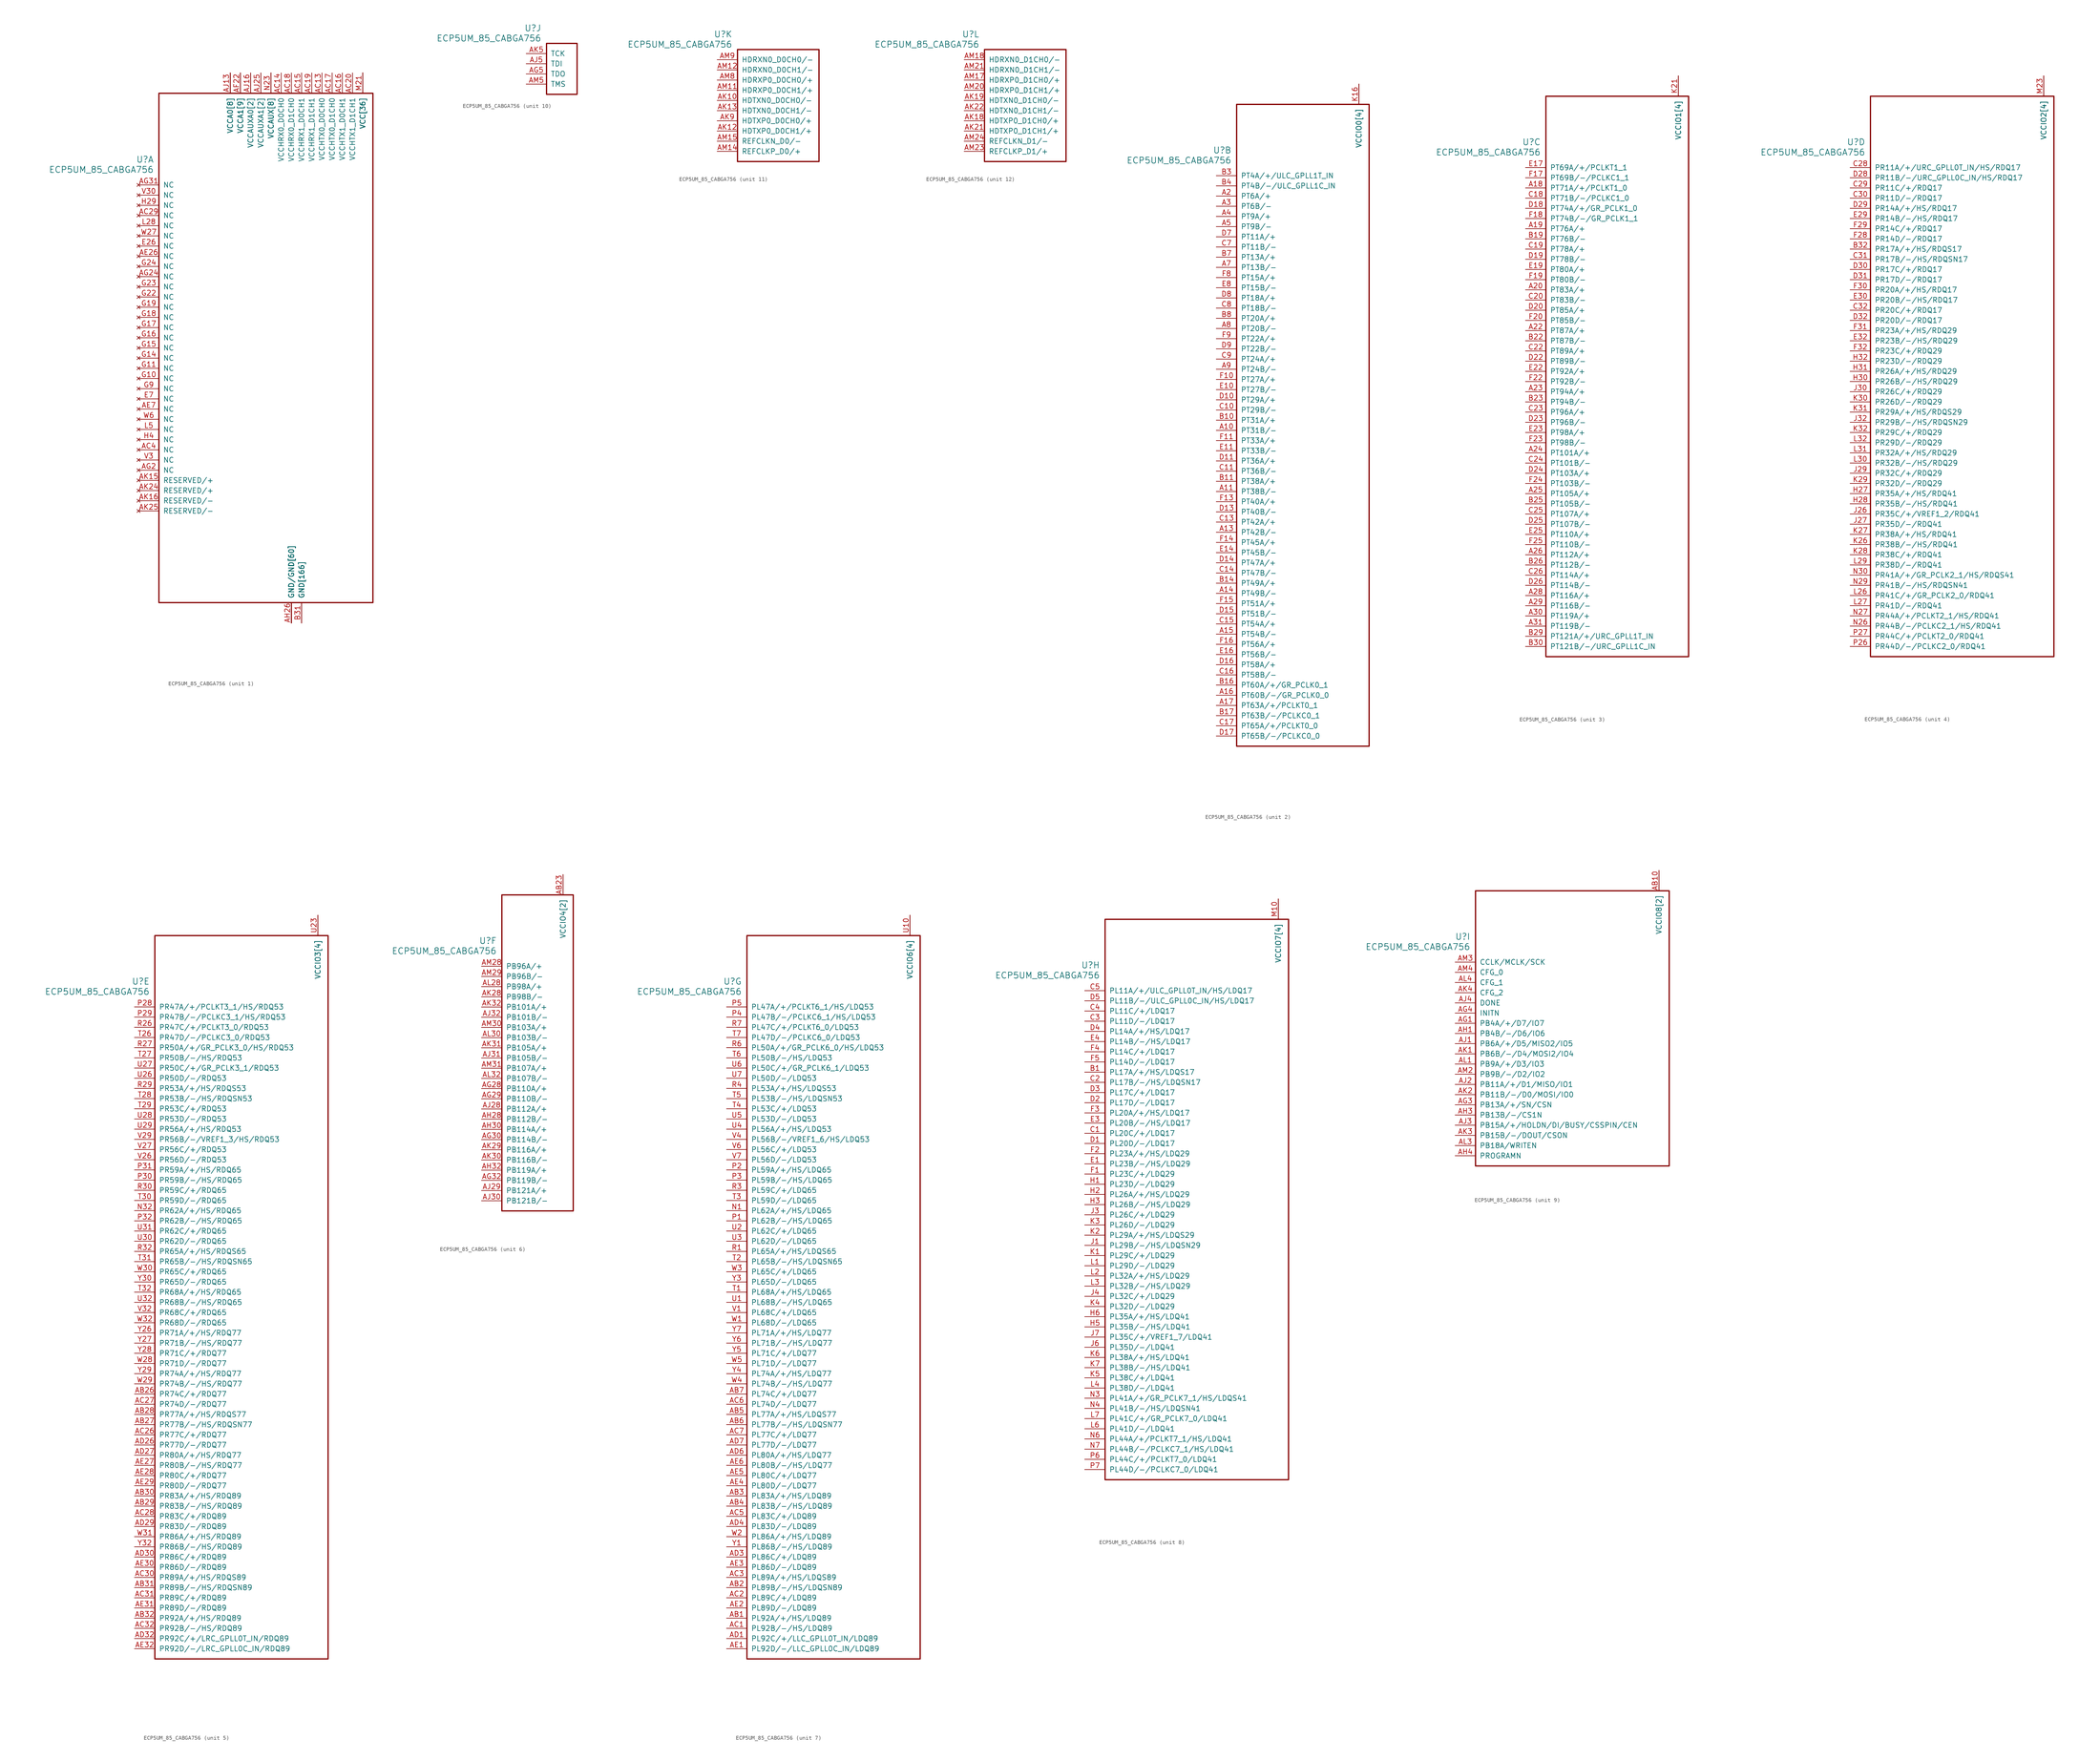
<source format=kicad_sym>
(kicad_symbol_lib
  (version 20241209)
  (generator "kicad_symbol_editor")
  (generator_version "9.0")
  (symbol "ECP5UM_85_CABGA756"
    (pin_names
      (offset 1.016))
    (property "Reference" "U"
      (at 3.81 6.35 0)
      (effects (font (size 1.524 1.524)) (justify right)))
    (property "Value" "ECP5UM_85_CABGA756"
      (at 3.81 3.81 0)
      (effects (font (size 1.524 1.524)) (justify right)))
    (property "ki_locked" ""
      (at 0 0 0)
      (effects (font (size 1.27 1.27))))
    (symbol "ECP5UM_85_CABGA756_1_1"
      (rectangle (start 5.08 22.86) (end 58.42 -104.14) (stroke (width 0.305) (type solid)) (fill (type none)))
      (pin no_connect line (at 0 0 0) (length 5.08) (name "NC" (effects (font (size 1.27 1.27)))) (number "AG31" (effects (font (size 1.27 1.27)))))
      (pin no_connect line (at 0 -2.54 0) (length 5.08) (name "NC" (effects (font (size 1.27 1.27)))) (number "V30" (effects (font (size 1.27 1.27)))))
      (pin no_connect line (at 0 -5.08 0) (length 5.08) (name "NC" (effects (font (size 1.27 1.27)))) (number "H29" (effects (font (size 1.27 1.27)))))
      (pin no_connect line (at 0 -7.62 0) (length 5.08) (name "NC" (effects (font (size 1.27 1.27)))) (number "AC29" (effects (font (size 1.27 1.27)))))
      (pin no_connect line (at 0 -10.16 0) (length 5.08) (name "NC" (effects (font (size 1.27 1.27)))) (number "L28" (effects (font (size 1.27 1.27)))))
      (pin no_connect line (at 0 -12.7 0) (length 5.08) (name "NC" (effects (font (size 1.27 1.27)))) (number "W27" (effects (font (size 1.27 1.27)))))
      (pin no_connect line (at 0 -15.24 0) (length 5.08) (name "NC" (effects (font (size 1.27 1.27)))) (number "E26" (effects (font (size 1.27 1.27)))))
      (pin no_connect line (at 0 -17.78 0) (length 5.08) (name "NC" (effects (font (size 1.27 1.27)))) (number "AE26" (effects (font (size 1.27 1.27)))))
      (pin no_connect line (at 0 -20.32 0) (length 5.08) (name "NC" (effects (font (size 1.27 1.27)))) (number "G24" (effects (font (size 1.27 1.27)))))
      (pin no_connect line (at 0 -22.86 0) (length 5.08) (name "NC" (effects (font (size 1.27 1.27)))) (number "AG24" (effects (font (size 1.27 1.27)))))
      (pin no_connect line (at 0 -25.4 0) (length 5.08) (name "NC" (effects (font (size 1.27 1.27)))) (number "G23" (effects (font (size 1.27 1.27)))))
      (pin no_connect line (at 0 -27.94 0) (length 5.08) (name "NC" (effects (font (size 1.27 1.27)))) (number "G22" (effects (font (size 1.27 1.27)))))
      (pin no_connect line (at 0 -30.48 0) (length 5.08) (name "NC" (effects (font (size 1.27 1.27)))) (number "G19" (effects (font (size 1.27 1.27)))))
      (pin no_connect line (at 0 -33.02 0) (length 5.08) (name "NC" (effects (font (size 1.27 1.27)))) (number "G18" (effects (font (size 1.27 1.27)))))
      (pin no_connect line (at 0 -35.56 0) (length 5.08) (name "NC" (effects (font (size 1.27 1.27)))) (number "G17" (effects (font (size 1.27 1.27)))))
      (pin no_connect line (at 0 -38.1 0) (length 5.08) (name "NC" (effects (font (size 1.27 1.27)))) (number "G16" (effects (font (size 1.27 1.27)))))
      (pin no_connect line (at 0 -40.64 0) (length 5.08) (name "NC" (effects (font (size 1.27 1.27)))) (number "G15" (effects (font (size 1.27 1.27)))))
      (pin no_connect line (at 0 -43.18 0) (length 5.08) (name "NC" (effects (font (size 1.27 1.27)))) (number "G14" (effects (font (size 1.27 1.27)))))
      (pin no_connect line (at 0 -45.72 0) (length 5.08) (name "NC" (effects (font (size 1.27 1.27)))) (number "G11" (effects (font (size 1.27 1.27)))))
      (pin no_connect line (at 0 -48.26 0) (length 5.08) (name "NC" (effects (font (size 1.27 1.27)))) (number "G10" (effects (font (size 1.27 1.27)))))
      (pin no_connect line (at 0 -50.8 0) (length 5.08) (name "NC" (effects (font (size 1.27 1.27)))) (number "G9" (effects (font (size 1.27 1.27)))))
      (pin no_connect line (at 0 -53.34 0) (length 5.08) (name "NC" (effects (font (size 1.27 1.27)))) (number "E7" (effects (font (size 1.27 1.27)))))
      (pin no_connect line (at 0 -55.88 0) (length 5.08) (name "NC" (effects (font (size 1.27 1.27)))) (number "AE7" (effects (font (size 1.27 1.27)))))
      (pin no_connect line (at 0 -58.42 0) (length 5.08) (name "NC" (effects (font (size 1.27 1.27)))) (number "W6" (effects (font (size 1.27 1.27)))))
      (pin no_connect line (at 0 -60.96 0) (length 5.08) (name "NC" (effects (font (size 1.27 1.27)))) (number "L5" (effects (font (size 1.27 1.27)))))
      (pin no_connect line (at 0 -63.5 0) (length 5.08) (name "NC" (effects (font (size 1.27 1.27)))) (number "H4" (effects (font (size 1.27 1.27)))))
      (pin no_connect line (at 0 -66.04 0) (length 5.08) (name "NC" (effects (font (size 1.27 1.27)))) (number "AC4" (effects (font (size 1.27 1.27)))))
      (pin no_connect line (at 0 -68.58 0) (length 5.08) (name "NC" (effects (font (size 1.27 1.27)))) (number "V3" (effects (font (size 1.27 1.27)))))
      (pin no_connect line (at 0 -71.12 0) (length 5.08) (name "NC" (effects (font (size 1.27 1.27)))) (number "AG2" (effects (font (size 1.27 1.27)))))
      (pin no_connect line (at 0 -73.66 0) (length 5.08) (name "RESERVED/+" (effects (font (size 1.27 1.27)))) (number "AK15" (effects (font (size 1.27 1.27)))))
      (pin no_connect line (at 0 -76.2 0) (length 5.08) (name "RESERVED/+" (effects (font (size 1.27 1.27)))) (number "AK24" (effects (font (size 1.27 1.27)))))
      (pin no_connect line (at 0 -78.74 0) (length 5.08) (name "RESERVED/-" (effects (font (size 1.27 1.27)))) (number "AK16" (effects (font (size 1.27 1.27)))))
      (pin no_connect line (at 0 -81.28 0) (length 5.08) (name "RESERVED/-" (effects (font (size 1.27 1.27)))) (number "AK25" (effects (font (size 1.27 1.27)))))
      (pin power_in line (at 22.86 27.94 270) (length 5.08) (name "VCCA0[8]" (effects (font (size 1.27 1.27)))) (number "AG12" (effects (font (size 0 0)))))
      (pin power_in line (at 22.86 27.94 270) (length 5.08) (name "VCCA0[8]" (effects (font (size 1.27 1.27)))) (number "AG9" (effects (font (size 0 0)))))
      (pin power_in line (at 22.86 27.94 270) (length 5.08) (name "VCCA0[8]" (effects (font (size 1.27 1.27)))) (number "AH12" (effects (font (size 0 0)))))
      (pin power_in line (at 22.86 27.94 270) (length 5.08) (name "VCCA0[8]" (effects (font (size 1.27 1.27)))) (number "AH9" (effects (font (size 0 0)))))
      (pin power_in line (at 22.86 27.94 270) (length 5.08) (name "VCCA0[8]" (effects (font (size 1.27 1.27)))) (number "AJ10" (effects (font (size 0 0)))))
      (pin power_in line (at 22.86 27.94 270) (length 5.08) (name "VCCA0[8]" (effects (font (size 1.27 1.27)))) (number "AJ12" (effects (font (size 0 0)))))
      (pin power_in line (at 22.86 27.94 270) (length 5.08) (name "VCCA0[8]" (effects (font (size 1.27 1.27)))) (number "AJ13" (effects (font (size 1.27 1.27)))))
      (pin power_in line (at 22.86 27.94 270) (length 5.08) (name "VCCA0[8]" (effects (font (size 1.27 1.27)))) (number "AJ9" (effects (font (size 0 0)))))
      (pin power_in line (at 25.4 27.94 270) (length 5.08) (name "VCCA1[9]" (effects (font (size 1.27 1.27)))) (number "AF22" (effects (font (size 1.27 1.27)))))
      (pin power_in line (at 25.4 27.94 270) (length 5.08) (name "VCCA1[9]" (effects (font (size 1.27 1.27)))) (number "AG19" (effects (font (size 0 0)))))
      (pin power_in line (at 25.4 27.94 270) (length 5.08) (name "VCCA1[9]" (effects (font (size 1.27 1.27)))) (number "AG22" (effects (font (size 0 0)))))
      (pin power_in line (at 25.4 27.94 270) (length 5.08) (name "VCCA1[9]" (effects (font (size 1.27 1.27)))) (number "AH19" (effects (font (size 0 0)))))
      (pin power_in line (at 25.4 27.94 270) (length 5.08) (name "VCCA1[9]" (effects (font (size 1.27 1.27)))) (number "AH22" (effects (font (size 0 0)))))
      (pin power_in line (at 25.4 27.94 270) (length 5.08) (name "VCCA1[9]" (effects (font (size 1.27 1.27)))) (number "AJ18" (effects (font (size 0 0)))))
      (pin power_in line (at 25.4 27.94 270) (length 5.08) (name "VCCA1[9]" (effects (font (size 1.27 1.27)))) (number "AJ19" (effects (font (size 0 0)))))
      (pin power_in line (at 25.4 27.94 270) (length 5.08) (name "VCCA1[9]" (effects (font (size 1.27 1.27)))) (number "AJ21" (effects (font (size 0 0)))))
      (pin power_in line (at 25.4 27.94 270) (length 5.08) (name "VCCA1[9]" (effects (font (size 1.27 1.27)))) (number "AJ22" (effects (font (size 0 0)))))
      (pin power_in line (at 27.94 27.94 270) (length 5.08) (name "VCCAUXA0[2]" (effects (font (size 1.27 1.27)))) (number "AJ15" (effects (font (size 0 0)))))
      (pin power_in line (at 27.94 27.94 270) (length 5.08) (name "VCCAUXA0[2]" (effects (font (size 1.27 1.27)))) (number "AJ16" (effects (font (size 1.27 1.27)))))
      (pin power_in line (at 30.48 27.94 270) (length 5.08) (name "VCCAUXA1[2]" (effects (font (size 1.27 1.27)))) (number "AJ24" (effects (font (size 0 0)))))
      (pin power_in line (at 30.48 27.94 270) (length 5.08) (name "VCCAUXA1[2]" (effects (font (size 1.27 1.27)))) (number "AJ25" (effects (font (size 1.27 1.27)))))
      (pin power_in line (at 33.02 27.94 270) (length 5.08) (name "VCCAUX[8]" (effects (font (size 1.27 1.27)))) (number "AC11" (effects (font (size 0 0)))))
      (pin power_in line (at 33.02 27.94 270) (length 5.08) (name "VCCAUX[8]" (effects (font (size 1.27 1.27)))) (number "AC22" (effects (font (size 0 0)))))
      (pin power_in line (at 33.02 27.94 270) (length 5.08) (name "VCCAUX[8]" (effects (font (size 1.27 1.27)))) (number "K13" (effects (font (size 0 0)))))
      (pin power_in line (at 33.02 27.94 270) (length 5.08) (name "VCCAUX[8]" (effects (font (size 1.27 1.27)))) (number "K20" (effects (font (size 0 0)))))
      (pin power_in line (at 33.02 27.94 270) (length 5.08) (name "VCCAUX[8]" (effects (font (size 1.27 1.27)))) (number "N10" (effects (font (size 0 0)))))
      (pin power_in line (at 33.02 27.94 270) (length 5.08) (name "VCCAUX[8]" (effects (font (size 1.27 1.27)))) (number "N23" (effects (font (size 1.27 1.27)))))
      (pin power_in line (at 33.02 27.94 270) (length 5.08) (name "VCCAUX[8]" (effects (font (size 1.27 1.27)))) (number "Y10" (effects (font (size 0 0)))))
      (pin power_in line (at 33.02 27.94 270) (length 5.08) (name "VCCAUX[8]" (effects (font (size 1.27 1.27)))) (number "Y23" (effects (font (size 0 0)))))
      (pin power_in line (at 35.56 27.94 270) (length 5.08) (name "VCCHRX0_D0CH0" (effects (font (size 1.27 1.27)))) (number "AC14" (effects (font (size 1.27 1.27)))))
      (pin power_in line (at 38.1 27.94 270) (length 5.08) (name "VCCHRX0_D1CH0" (effects (font (size 1.27 1.27)))) (number "AC18" (effects (font (size 1.27 1.27)))))
      (pin power_in line (at 38.1 -109.22 90) (length 5.08) (name "GND/GND[60]" (effects (font (size 1.27 1.27)))) (number "AF11" (effects (font (size 0 0)))))
      (pin power_in line (at 38.1 -109.22 90) (length 5.08) (name "GND/GND[60]" (effects (font (size 1.27 1.27)))) (number "AF12" (effects (font (size 0 0)))))
      (pin power_in line (at 38.1 -109.22 90) (length 5.08) (name "GND/GND[60]" (effects (font (size 1.27 1.27)))) (number "AF14" (effects (font (size 0 0)))))
      (pin power_in line (at 38.1 -109.22 90) (length 5.08) (name "GND/GND[60]" (effects (font (size 1.27 1.27)))) (number "AF15" (effects (font (size 0 0)))))
      (pin power_in line (at 38.1 -109.22 90) (length 5.08) (name "GND/GND[60]" (effects (font (size 1.27 1.27)))) (number "AF16" (effects (font (size 0 0)))))
      (pin power_in line (at 38.1 -109.22 90) (length 5.08) (name "GND/GND[60]" (effects (font (size 1.27 1.27)))) (number "AF17" (effects (font (size 0 0)))))
      (pin power_in line (at 38.1 -109.22 90) (length 5.08) (name "GND/GND[60]" (effects (font (size 1.27 1.27)))) (number "AF19" (effects (font (size 0 0)))))
      (pin power_in line (at 38.1 -109.22 90) (length 5.08) (name "GND/GND[60]" (effects (font (size 1.27 1.27)))) (number "AF20" (effects (font (size 0 0)))))
      (pin power_in line (at 38.1 -109.22 90) (length 5.08) (name "GND/GND[60]" (effects (font (size 1.27 1.27)))) (number "AF23" (effects (font (size 0 0)))))
      (pin power_in line (at 38.1 -109.22 90) (length 5.08) (name "GND/GND[60]" (effects (font (size 1.27 1.27)))) (number "AG11" (effects (font (size 0 0)))))
      (pin power_in line (at 38.1 -109.22 90) (length 5.08) (name "GND/GND[60]" (effects (font (size 1.27 1.27)))) (number "AG14" (effects (font (size 0 0)))))
      (pin power_in line (at 38.1 -109.22 90) (length 5.08) (name "GND/GND[60]" (effects (font (size 1.27 1.27)))) (number "AG15" (effects (font (size 0 0)))))
      (pin power_in line (at 38.1 -109.22 90) (length 5.08) (name "GND/GND[60]" (effects (font (size 1.27 1.27)))) (number "AG16" (effects (font (size 0 0)))))
      (pin power_in line (at 38.1 -109.22 90) (length 5.08) (name "GND/GND[60]" (effects (font (size 1.27 1.27)))) (number "AG17" (effects (font (size 0 0)))))
      (pin power_in line (at 38.1 -109.22 90) (length 5.08) (name "GND/GND[60]" (effects (font (size 1.27 1.27)))) (number "AG20" (effects (font (size 0 0)))))
      (pin power_in line (at 38.1 -109.22 90) (length 5.08) (name "GND/GND[60]" (effects (font (size 1.27 1.27)))) (number "AG23" (effects (font (size 0 0)))))
      (pin power_in line (at 38.1 -109.22 90) (length 5.08) (name "GND/GND[60]" (effects (font (size 1.27 1.27)))) (number "AH11" (effects (font (size 0 0)))))
      (pin power_in line (at 38.1 -109.22 90) (length 5.08) (name "GND/GND[60]" (effects (font (size 1.27 1.27)))) (number "AH14" (effects (font (size 0 0)))))
      (pin power_in line (at 38.1 -109.22 90) (length 5.08) (name "GND/GND[60]" (effects (font (size 1.27 1.27)))) (number "AH15" (effects (font (size 0 0)))))
      (pin power_in line (at 38.1 -109.22 90) (length 5.08) (name "GND/GND[60]" (effects (font (size 1.27 1.27)))) (number "AH16" (effects (font (size 0 0)))))
      (pin power_in line (at 38.1 -109.22 90) (length 5.08) (name "GND/GND[60]" (effects (font (size 1.27 1.27)))) (number "AH17" (effects (font (size 0 0)))))
      (pin power_in line (at 38.1 -109.22 90) (length 5.08) (name "GND/GND[60]" (effects (font (size 1.27 1.27)))) (number "AH20" (effects (font (size 0 0)))))
      (pin power_in line (at 38.1 -109.22 90) (length 5.08) (name "GND/GND[60]" (effects (font (size 1.27 1.27)))) (number "AH23" (effects (font (size 0 0)))))
      (pin power_in line (at 38.1 -109.22 90) (length 5.08) (name "GND/GND[60]" (effects (font (size 1.27 1.27)))) (number "AH24" (effects (font (size 0 0)))))
      (pin power_in line (at 38.1 -109.22 90) (length 5.08) (name "GND/GND[60]" (effects (font (size 1.27 1.27)))) (number "AH25" (effects (font (size 0 0)))))
      (pin power_in line (at 38.1 -109.22 90) (length 5.08) (name "GND/GND[60]" (effects (font (size 1.27 1.27)))) (number "AH26" (effects (font (size 1.27 1.27)))))
      (pin power_in line (at 38.1 -109.22 90) (length 5.08) (name "GND/GND[60]" (effects (font (size 1.27 1.27)))) (number "AH7" (effects (font (size 0 0)))))
      (pin power_in line (at 38.1 -109.22 90) (length 5.08) (name "GND/GND[60]" (effects (font (size 1.27 1.27)))) (number "AH8" (effects (font (size 0 0)))))
      (pin power_in line (at 38.1 -109.22 90) (length 5.08) (name "GND/GND[60]" (effects (font (size 1.27 1.27)))) (number "AJ11" (effects (font (size 0 0)))))
      (pin power_in line (at 38.1 -109.22 90) (length 5.08) (name "GND/GND[60]" (effects (font (size 1.27 1.27)))) (number "AJ14" (effects (font (size 0 0)))))
      (pin power_in line (at 38.1 -109.22 90) (length 5.08) (name "GND/GND[60]" (effects (font (size 1.27 1.27)))) (number "AJ17" (effects (font (size 0 0)))))
      (pin power_in line (at 38.1 -109.22 90) (length 5.08) (name "GND/GND[60]" (effects (font (size 1.27 1.27)))) (number "AJ20" (effects (font (size 0 0)))))
      (pin power_in line (at 38.1 -109.22 90) (length 5.08) (name "GND/GND[60]" (effects (font (size 1.27 1.27)))) (number "AJ23" (effects (font (size 0 0)))))
      (pin power_in line (at 38.1 -109.22 90) (length 5.08) (name "GND/GND[60]" (effects (font (size 1.27 1.27)))) (number "AJ26" (effects (font (size 0 0)))))
      (pin power_in line (at 38.1 -109.22 90) (length 5.08) (name "GND/GND[60]" (effects (font (size 1.27 1.27)))) (number "AJ7" (effects (font (size 0 0)))))
      (pin power_in line (at 38.1 -109.22 90) (length 5.08) (name "GND/GND[60]" (effects (font (size 1.27 1.27)))) (number "AJ8" (effects (font (size 0 0)))))
      (pin power_in line (at 38.1 -109.22 90) (length 5.08) (name "GND/GND[60]" (effects (font (size 1.27 1.27)))) (number "AK11" (effects (font (size 0 0)))))
      (pin power_in line (at 38.1 -109.22 90) (length 5.08) (name "GND/GND[60]" (effects (font (size 1.27 1.27)))) (number "AK14" (effects (font (size 0 0)))))
      (pin power_in line (at 38.1 -109.22 90) (length 5.08) (name "GND/GND[60]" (effects (font (size 1.27 1.27)))) (number "AK17" (effects (font (size 0 0)))))
      (pin power_in line (at 38.1 -109.22 90) (length 5.08) (name "GND/GND[60]" (effects (font (size 1.27 1.27)))) (number "AK20" (effects (font (size 0 0)))))
      (pin power_in line (at 38.1 -109.22 90) (length 5.08) (name "GND/GND[60]" (effects (font (size 1.27 1.27)))) (number "AK23" (effects (font (size 0 0)))))
      (pin power_in line (at 38.1 -109.22 90) (length 5.08) (name "GND/GND[60]" (effects (font (size 1.27 1.27)))) (number "AK26" (effects (font (size 0 0)))))
      (pin power_in line (at 38.1 -109.22 90) (length 5.08) (name "GND/GND[60]" (effects (font (size 1.27 1.27)))) (number "AK7" (effects (font (size 0 0)))))
      (pin power_in line (at 38.1 -109.22 90) (length 5.08) (name "GND/GND[60]" (effects (font (size 1.27 1.27)))) (number "AK8" (effects (font (size 0 0)))))
      (pin power_in line (at 38.1 -109.22 90) (length 5.08) (name "GND/GND[60]" (effects (font (size 1.27 1.27)))) (number "AL11" (effects (font (size 0 0)))))
      (pin power_in line (at 38.1 -109.22 90) (length 5.08) (name "GND/GND[60]" (effects (font (size 1.27 1.27)))) (number "AL12" (effects (font (size 0 0)))))
      (pin power_in line (at 38.1 -109.22 90) (length 5.08) (name "GND/GND[60]" (effects (font (size 1.27 1.27)))) (number "AL14" (effects (font (size 0 0)))))
      (pin power_in line (at 38.1 -109.22 90) (length 5.08) (name "GND/GND[60]" (effects (font (size 1.27 1.27)))) (number "AL15" (effects (font (size 0 0)))))
      (pin power_in line (at 38.1 -109.22 90) (length 5.08) (name "GND/GND[60]" (effects (font (size 1.27 1.27)))) (number "AL17" (effects (font (size 0 0)))))
      (pin power_in line (at 38.1 -109.22 90) (length 5.08) (name "GND/GND[60]" (effects (font (size 1.27 1.27)))) (number "AL18" (effects (font (size 0 0)))))
      (pin power_in line (at 38.1 -109.22 90) (length 5.08) (name "GND/GND[60]" (effects (font (size 1.27 1.27)))) (number "AL20" (effects (font (size 0 0)))))
      (pin power_in line (at 38.1 -109.22 90) (length 5.08) (name "GND/GND[60]" (effects (font (size 1.27 1.27)))) (number "AL21" (effects (font (size 0 0)))))
      (pin power_in line (at 38.1 -109.22 90) (length 5.08) (name "GND/GND[60]" (effects (font (size 1.27 1.27)))) (number "AL23" (effects (font (size 0 0)))))
      (pin power_in line (at 38.1 -109.22 90) (length 5.08) (name "GND/GND[60]" (effects (font (size 1.27 1.27)))) (number "AL24" (effects (font (size 0 0)))))
      (pin power_in line (at 38.1 -109.22 90) (length 5.08) (name "GND/GND[60]" (effects (font (size 1.27 1.27)))) (number "AL26" (effects (font (size 0 0)))))
      (pin power_in line (at 38.1 -109.22 90) (length 5.08) (name "GND/GND[60]" (effects (font (size 1.27 1.27)))) (number "AL7" (effects (font (size 0 0)))))
      (pin power_in line (at 38.1 -109.22 90) (length 5.08) (name "GND/GND[60]" (effects (font (size 1.27 1.27)))) (number "AL8" (effects (font (size 0 0)))))
      (pin power_in line (at 38.1 -109.22 90) (length 5.08) (name "GND/GND[60]" (effects (font (size 1.27 1.27)))) (number "AL9" (effects (font (size 0 0)))))
      (pin power_in line (at 38.1 -109.22 90) (length 5.08) (name "GND/GND[60]" (effects (font (size 1.27 1.27)))) (number "AM26" (effects (font (size 0 0)))))
      (pin power_in line (at 38.1 -109.22 90) (length 5.08) (name "GND/GND[60]" (effects (font (size 1.27 1.27)))) (number "AM7" (effects (font (size 0 0)))))
      (pin power_in line (at 40.64 27.94 270) (length 5.08) (name "VCCHRX1_D0CH1" (effects (font (size 1.27 1.27)))) (number "AC15" (effects (font (size 1.27 1.27)))))
      (pin power_in line (at 40.64 -109.22 90) (length 5.08) (name "GND[166]" (effects (font (size 1.27 1.27)))) (number "AA11" (effects (font (size 0 0)))))
      (pin power_in line (at 40.64 -109.22 90) (length 5.08) (name "GND[166]" (effects (font (size 1.27 1.27)))) (number "AA22" (effects (font (size 0 0)))))
      (pin power_in line (at 40.64 -109.22 90) (length 5.08) (name "GND[166]" (effects (font (size 1.27 1.27)))) (number "AB11" (effects (font (size 0 0)))))
      (pin power_in line (at 40.64 -109.22 90) (length 5.08) (name "GND[166]" (effects (font (size 1.27 1.27)))) (number "AB12" (effects (font (size 0 0)))))
      (pin power_in line (at 40.64 -109.22 90) (length 5.08) (name "GND[166]" (effects (font (size 1.27 1.27)))) (number "AB13" (effects (font (size 0 0)))))
      (pin power_in line (at 40.64 -109.22 90) (length 5.08) (name "GND[166]" (effects (font (size 1.27 1.27)))) (number "AB14" (effects (font (size 0 0)))))
      (pin power_in line (at 40.64 -109.22 90) (length 5.08) (name "GND[166]" (effects (font (size 1.27 1.27)))) (number "AB15" (effects (font (size 0 0)))))
      (pin power_in line (at 40.64 -109.22 90) (length 5.08) (name "GND[166]" (effects (font (size 1.27 1.27)))) (number "AB16" (effects (font (size 0 0)))))
      (pin power_in line (at 40.64 -109.22 90) (length 5.08) (name "GND[166]" (effects (font (size 1.27 1.27)))) (number "AB17" (effects (font (size 0 0)))))
      (pin power_in line (at 40.64 -109.22 90) (length 5.08) (name "GND[166]" (effects (font (size 1.27 1.27)))) (number "AB18" (effects (font (size 0 0)))))
      (pin power_in line (at 40.64 -109.22 90) (length 5.08) (name "GND[166]" (effects (font (size 1.27 1.27)))) (number "AB19" (effects (font (size 0 0)))))
      (pin power_in line (at 40.64 -109.22 90) (length 5.08) (name "GND[166]" (effects (font (size 1.27 1.27)))) (number "AB20" (effects (font (size 0 0)))))
      (pin power_in line (at 40.64 -109.22 90) (length 5.08) (name "GND[166]" (effects (font (size 1.27 1.27)))) (number "AB21" (effects (font (size 0 0)))))
      (pin power_in line (at 40.64 -109.22 90) (length 5.08) (name "GND[166]" (effects (font (size 1.27 1.27)))) (number "AB22" (effects (font (size 0 0)))))
      (pin power_in line (at 40.64 -109.22 90) (length 5.08) (name "GND[166]" (effects (font (size 1.27 1.27)))) (number "AC12" (effects (font (size 0 0)))))
      (pin power_in line (at 40.64 -109.22 90) (length 5.08) (name "GND[166]" (effects (font (size 1.27 1.27)))) (number "AC21" (effects (font (size 0 0)))))
      (pin power_in line (at 40.64 -109.22 90) (length 5.08) (name "GND[166]" (effects (font (size 1.27 1.27)))) (number "AD2" (effects (font (size 0 0)))))
      (pin power_in line (at 40.64 -109.22 90) (length 5.08) (name "GND[166]" (effects (font (size 1.27 1.27)))) (number "AD28" (effects (font (size 0 0)))))
      (pin power_in line (at 40.64 -109.22 90) (length 5.08) (name "GND[166]" (effects (font (size 1.27 1.27)))) (number "AD31" (effects (font (size 0 0)))))
      (pin power_in line (at 40.64 -109.22 90) (length 5.08) (name "GND[166]" (effects (font (size 1.27 1.27)))) (number "AD5" (effects (font (size 0 0)))))
      (pin power_in line (at 40.64 -109.22 90) (length 5.08) (name "GND[166]" (effects (font (size 1.27 1.27)))) (number "AH2" (effects (font (size 0 0)))))
      (pin power_in line (at 40.64 -109.22 90) (length 5.08) (name "GND[166]" (effects (font (size 1.27 1.27)))) (number "AH29" (effects (font (size 0 0)))))
      (pin power_in line (at 40.64 -109.22 90) (length 5.08) (name "GND[166]" (effects (font (size 1.27 1.27)))) (number "AH31" (effects (font (size 0 0)))))
      (pin power_in line (at 40.64 -109.22 90) (length 5.08) (name "GND[166]" (effects (font (size 1.27 1.27)))) (number "AH5" (effects (font (size 0 0)))))
      (pin power_in line (at 40.64 -109.22 90) (length 5.08) (name "GND[166]" (effects (font (size 1.27 1.27)))) (number "AL2" (effects (font (size 0 0)))))
      (pin power_in line (at 40.64 -109.22 90) (length 5.08) (name "GND[166]" (effects (font (size 1.27 1.27)))) (number "AL29" (effects (font (size 0 0)))))
      (pin power_in line (at 40.64 -109.22 90) (length 5.08) (name "GND[166]" (effects (font (size 1.27 1.27)))) (number "AL31" (effects (font (size 0 0)))))
      (pin power_in line (at 40.64 -109.22 90) (length 5.08) (name "GND[166]" (effects (font (size 1.27 1.27)))) (number "AL5" (effects (font (size 0 0)))))
      (pin power_in line (at 40.64 -109.22 90) (length 5.08) (name "GND[166]" (effects (font (size 1.27 1.27)))) (number "B13" (effects (font (size 0 0)))))
      (pin power_in line (at 40.64 -109.22 90) (length 5.08) (name "GND[166]" (effects (font (size 1.27 1.27)))) (number "B15" (effects (font (size 0 0)))))
      (pin power_in line (at 40.64 -109.22 90) (length 5.08) (name "GND[166]" (effects (font (size 1.27 1.27)))) (number "B18" (effects (font (size 0 0)))))
      (pin power_in line (at 40.64 -109.22 90) (length 5.08) (name "GND[166]" (effects (font (size 1.27 1.27)))) (number "B2" (effects (font (size 0 0)))))
      (pin power_in line (at 40.64 -109.22 90) (length 5.08) (name "GND[166]" (effects (font (size 1.27 1.27)))) (number "B20" (effects (font (size 0 0)))))
      (pin power_in line (at 40.64 -109.22 90) (length 5.08) (name "GND[166]" (effects (font (size 1.27 1.27)))) (number "B24" (effects (font (size 0 0)))))
      (pin power_in line (at 40.64 -109.22 90) (length 5.08) (name "GND[166]" (effects (font (size 1.27 1.27)))) (number "B28" (effects (font (size 0 0)))))
      (pin power_in line (at 40.64 -109.22 90) (length 5.08) (name "GND[166]" (effects (font (size 1.27 1.27)))) (number "B31" (effects (font (size 1.27 1.27)))))
      (pin power_in line (at 40.64 -109.22 90) (length 5.08) (name "GND[166]" (effects (font (size 1.27 1.27)))) (number "B5" (effects (font (size 0 0)))))
      (pin power_in line (at 40.64 -109.22 90) (length 5.08) (name "GND[166]" (effects (font (size 1.27 1.27)))) (number "B9" (effects (font (size 0 0)))))
      (pin power_in line (at 40.64 -109.22 90) (length 5.08) (name "GND[166]" (effects (font (size 1.27 1.27)))) (number "E13" (effects (font (size 0 0)))))
      (pin power_in line (at 40.64 -109.22 90) (length 5.08) (name "GND[166]" (effects (font (size 1.27 1.27)))) (number "E15" (effects (font (size 0 0)))))
      (pin power_in line (at 40.64 -109.22 90) (length 5.08) (name "GND[166]" (effects (font (size 1.27 1.27)))) (number "E18" (effects (font (size 0 0)))))
      (pin power_in line (at 40.64 -109.22 90) (length 5.08) (name "GND[166]" (effects (font (size 1.27 1.27)))) (number "E2" (effects (font (size 0 0)))))
      (pin power_in line (at 40.64 -109.22 90) (length 5.08) (name "GND[166]" (effects (font (size 1.27 1.27)))) (number "E20" (effects (font (size 0 0)))))
      (pin power_in line (at 40.64 -109.22 90) (length 5.08) (name "GND[166]" (effects (font (size 1.27 1.27)))) (number "E24" (effects (font (size 0 0)))))
      (pin power_in line (at 40.64 -109.22 90) (length 5.08) (name "GND[166]" (effects (font (size 1.27 1.27)))) (number "E28" (effects (font (size 0 0)))))
      (pin power_in line (at 40.64 -109.22 90) (length 5.08) (name "GND[166]" (effects (font (size 1.27 1.27)))) (number "E31" (effects (font (size 0 0)))))
      (pin power_in line (at 40.64 -109.22 90) (length 5.08) (name "GND[166]" (effects (font (size 1.27 1.27)))) (number "E5" (effects (font (size 0 0)))))
      (pin power_in line (at 40.64 -109.22 90) (length 5.08) (name "GND[166]" (effects (font (size 1.27 1.27)))) (number "E9" (effects (font (size 0 0)))))
      (pin power_in line (at 40.64 -109.22 90) (length 5.08) (name "GND[166]" (effects (font (size 1.27 1.27)))) (number "J2" (effects (font (size 0 0)))))
      (pin power_in line (at 40.64 -109.22 90) (length 5.08) (name "GND[166]" (effects (font (size 1.27 1.27)))) (number "J28" (effects (font (size 0 0)))))
      (pin power_in line (at 40.64 -109.22 90) (length 5.08) (name "GND[166]" (effects (font (size 1.27 1.27)))) (number "J31" (effects (font (size 0 0)))))
      (pin power_in line (at 40.64 -109.22 90) (length 5.08) (name "GND[166]" (effects (font (size 1.27 1.27)))) (number "J5" (effects (font (size 0 0)))))
      (pin power_in line (at 40.64 -109.22 90) (length 5.08) (name "GND[166]" (effects (font (size 1.27 1.27)))) (number "K10" (effects (font (size 0 0)))))
      (pin power_in line (at 40.64 -109.22 90) (length 5.08) (name "GND[166]" (effects (font (size 1.27 1.27)))) (number "K11" (effects (font (size 0 0)))))
      (pin power_in line (at 40.64 -109.22 90) (length 5.08) (name "GND[166]" (effects (font (size 1.27 1.27)))) (number "K22" (effects (font (size 0 0)))))
      (pin power_in line (at 40.64 -109.22 90) (length 5.08) (name "GND[166]" (effects (font (size 1.27 1.27)))) (number "K23" (effects (font (size 0 0)))))
      (pin power_in line (at 40.64 -109.22 90) (length 5.08) (name "GND[166]" (effects (font (size 1.27 1.27)))) (number "L10" (effects (font (size 0 0)))))
      (pin power_in line (at 40.64 -109.22 90) (length 5.08) (name "GND[166]" (effects (font (size 1.27 1.27)))) (number "L11" (effects (font (size 0 0)))))
      (pin power_in line (at 40.64 -109.22 90) (length 5.08) (name "GND[166]" (effects (font (size 1.27 1.27)))) (number "L12" (effects (font (size 0 0)))))
      (pin power_in line (at 40.64 -109.22 90) (length 5.08) (name "GND[166]" (effects (font (size 1.27 1.27)))) (number "L13" (effects (font (size 0 0)))))
      (pin power_in line (at 40.64 -109.22 90) (length 5.08) (name "GND[166]" (effects (font (size 1.27 1.27)))) (number "L14" (effects (font (size 0 0)))))
      (pin power_in line (at 40.64 -109.22 90) (length 5.08) (name "GND[166]" (effects (font (size 1.27 1.27)))) (number "L15" (effects (font (size 0 0)))))
      (pin power_in line (at 40.64 -109.22 90) (length 5.08) (name "GND[166]" (effects (font (size 1.27 1.27)))) (number "L16" (effects (font (size 0 0)))))
      (pin power_in line (at 40.64 -109.22 90) (length 5.08) (name "GND[166]" (effects (font (size 1.27 1.27)))) (number "L17" (effects (font (size 0 0)))))
      (pin power_in line (at 40.64 -109.22 90) (length 5.08) (name "GND[166]" (effects (font (size 1.27 1.27)))) (number "L18" (effects (font (size 0 0)))))
      (pin power_in line (at 40.64 -109.22 90) (length 5.08) (name "GND[166]" (effects (font (size 1.27 1.27)))) (number "L19" (effects (font (size 0 0)))))
      (pin power_in line (at 40.64 -109.22 90) (length 5.08) (name "GND[166]" (effects (font (size 1.27 1.27)))) (number "L20" (effects (font (size 0 0)))))
      (pin power_in line (at 40.64 -109.22 90) (length 5.08) (name "GND[166]" (effects (font (size 1.27 1.27)))) (number "L21" (effects (font (size 0 0)))))
      (pin power_in line (at 40.64 -109.22 90) (length 5.08) (name "GND[166]" (effects (font (size 1.27 1.27)))) (number "L22" (effects (font (size 0 0)))))
      (pin power_in line (at 40.64 -109.22 90) (length 5.08) (name "GND[166]" (effects (font (size 1.27 1.27)))) (number "L23" (effects (font (size 0 0)))))
      (pin power_in line (at 40.64 -109.22 90) (length 5.08) (name "GND[166]" (effects (font (size 1.27 1.27)))) (number "M11" (effects (font (size 0 0)))))
      (pin power_in line (at 40.64 -109.22 90) (length 5.08) (name "GND[166]" (effects (font (size 1.27 1.27)))) (number "M22" (effects (font (size 0 0)))))
      (pin power_in line (at 40.64 -109.22 90) (length 5.08) (name "GND[166]" (effects (font (size 1.27 1.27)))) (number "N11" (effects (font (size 0 0)))))
      (pin power_in line (at 40.64 -109.22 90) (length 5.08) (name "GND[166]" (effects (font (size 1.27 1.27)))) (number "N13" (effects (font (size 0 0)))))
      (pin power_in line (at 40.64 -109.22 90) (length 5.08) (name "GND[166]" (effects (font (size 1.27 1.27)))) (number "N14" (effects (font (size 0 0)))))
      (pin power_in line (at 40.64 -109.22 90) (length 5.08) (name "GND[166]" (effects (font (size 1.27 1.27)))) (number "N15" (effects (font (size 0 0)))))
      (pin power_in line (at 40.64 -109.22 90) (length 5.08) (name "GND[166]" (effects (font (size 1.27 1.27)))) (number "N16" (effects (font (size 0 0)))))
      (pin power_in line (at 40.64 -109.22 90) (length 5.08) (name "GND[166]" (effects (font (size 1.27 1.27)))) (number "N17" (effects (font (size 0 0)))))
      (pin power_in line (at 40.64 -109.22 90) (length 5.08) (name "GND[166]" (effects (font (size 1.27 1.27)))) (number "N18" (effects (font (size 0 0)))))
      (pin power_in line (at 40.64 -109.22 90) (length 5.08) (name "GND[166]" (effects (font (size 1.27 1.27)))) (number "N19" (effects (font (size 0 0)))))
      (pin power_in line (at 40.64 -109.22 90) (length 5.08) (name "GND[166]" (effects (font (size 1.27 1.27)))) (number "N2" (effects (font (size 0 0)))))
      (pin power_in line (at 40.64 -109.22 90) (length 5.08) (name "GND[166]" (effects (font (size 1.27 1.27)))) (number "N20" (effects (font (size 0 0)))))
      (pin power_in line (at 40.64 -109.22 90) (length 5.08) (name "GND[166]" (effects (font (size 1.27 1.27)))) (number "N22" (effects (font (size 0 0)))))
      (pin power_in line (at 40.64 -109.22 90) (length 5.08) (name "GND[166]" (effects (font (size 1.27 1.27)))) (number "N28" (effects (font (size 0 0)))))
      (pin power_in line (at 40.64 -109.22 90) (length 5.08) (name "GND[166]" (effects (font (size 1.27 1.27)))) (number "N31" (effects (font (size 0 0)))))
      (pin power_in line (at 40.64 -109.22 90) (length 5.08) (name "GND[166]" (effects (font (size 1.27 1.27)))) (number "N5" (effects (font (size 0 0)))))
      (pin power_in line (at 40.64 -109.22 90) (length 5.08) (name "GND[166]" (effects (font (size 1.27 1.27)))) (number "P11" (effects (font (size 0 0)))))
      (pin power_in line (at 40.64 -109.22 90) (length 5.08) (name "GND[166]" (effects (font (size 1.27 1.27)))) (number "P13" (effects (font (size 0 0)))))
      (pin power_in line (at 40.64 -109.22 90) (length 5.08) (name "GND[166]" (effects (font (size 1.27 1.27)))) (number "P14" (effects (font (size 0 0)))))
      (pin power_in line (at 40.64 -109.22 90) (length 5.08) (name "GND[166]" (effects (font (size 1.27 1.27)))) (number "P15" (effects (font (size 0 0)))))
      (pin power_in line (at 40.64 -109.22 90) (length 5.08) (name "GND[166]" (effects (font (size 1.27 1.27)))) (number "P16" (effects (font (size 0 0)))))
      (pin power_in line (at 40.64 -109.22 90) (length 5.08) (name "GND[166]" (effects (font (size 1.27 1.27)))) (number "P17" (effects (font (size 0 0)))))
      (pin power_in line (at 40.64 -109.22 90) (length 5.08) (name "GND[166]" (effects (font (size 1.27 1.27)))) (number "P18" (effects (font (size 0 0)))))
      (pin power_in line (at 40.64 -109.22 90) (length 5.08) (name "GND[166]" (effects (font (size 1.27 1.27)))) (number "P19" (effects (font (size 0 0)))))
      (pin power_in line (at 40.64 -109.22 90) (length 5.08) (name "GND[166]" (effects (font (size 1.27 1.27)))) (number "P20" (effects (font (size 0 0)))))
      (pin power_in line (at 40.64 -109.22 90) (length 5.08) (name "GND[166]" (effects (font (size 1.27 1.27)))) (number "P22" (effects (font (size 0 0)))))
      (pin power_in line (at 40.64 -109.22 90) (length 5.08) (name "GND[166]" (effects (font (size 1.27 1.27)))) (number "R11" (effects (font (size 0 0)))))
      (pin power_in line (at 40.64 -109.22 90) (length 5.08) (name "GND[166]" (effects (font (size 1.27 1.27)))) (number "R13" (effects (font (size 0 0)))))
      (pin power_in line (at 40.64 -109.22 90) (length 5.08) (name "GND[166]" (effects (font (size 1.27 1.27)))) (number "R14" (effects (font (size 0 0)))))
      (pin power_in line (at 40.64 -109.22 90) (length 5.08) (name "GND[166]" (effects (font (size 1.27 1.27)))) (number "R15" (effects (font (size 0 0)))))
      (pin power_in line (at 40.64 -109.22 90) (length 5.08) (name "GND[166]" (effects (font (size 1.27 1.27)))) (number "R16" (effects (font (size 0 0)))))
      (pin power_in line (at 40.64 -109.22 90) (length 5.08) (name "GND[166]" (effects (font (size 1.27 1.27)))) (number "R17" (effects (font (size 0 0)))))
      (pin power_in line (at 40.64 -109.22 90) (length 5.08) (name "GND[166]" (effects (font (size 1.27 1.27)))) (number "R18" (effects (font (size 0 0)))))
      (pin power_in line (at 40.64 -109.22 90) (length 5.08) (name "GND[166]" (effects (font (size 1.27 1.27)))) (number "R19" (effects (font (size 0 0)))))
      (pin power_in line (at 40.64 -109.22 90) (length 5.08) (name "GND[166]" (effects (font (size 1.27 1.27)))) (number "R2" (effects (font (size 0 0)))))
      (pin power_in line (at 40.64 -109.22 90) (length 5.08) (name "GND[166]" (effects (font (size 1.27 1.27)))) (number "R20" (effects (font (size 0 0)))))
      (pin power_in line (at 40.64 -109.22 90) (length 5.08) (name "GND[166]" (effects (font (size 1.27 1.27)))) (number "R22" (effects (font (size 0 0)))))
      (pin power_in line (at 40.64 -109.22 90) (length 5.08) (name "GND[166]" (effects (font (size 1.27 1.27)))) (number "R28" (effects (font (size 0 0)))))
      (pin power_in line (at 40.64 -109.22 90) (length 5.08) (name "GND[166]" (effects (font (size 1.27 1.27)))) (number "R31" (effects (font (size 0 0)))))
      (pin power_in line (at 40.64 -109.22 90) (length 5.08) (name "GND[166]" (effects (font (size 1.27 1.27)))) (number "R5" (effects (font (size 0 0)))))
      (pin power_in line (at 40.64 -109.22 90) (length 5.08) (name "GND[166]" (effects (font (size 1.27 1.27)))) (number "T11" (effects (font (size 0 0)))))
      (pin power_in line (at 40.64 -109.22 90) (length 5.08) (name "GND[166]" (effects (font (size 1.27 1.27)))) (number "T13" (effects (font (size 0 0)))))
      (pin power_in line (at 40.64 -109.22 90) (length 5.08) (name "GND[166]" (effects (font (size 1.27 1.27)))) (number "T14" (effects (font (size 0 0)))))
      (pin power_in line (at 40.64 -109.22 90) (length 5.08) (name "GND[166]" (effects (font (size 1.27 1.27)))) (number "T15" (effects (font (size 0 0)))))
      (pin power_in line (at 40.64 -109.22 90) (length 5.08) (name "GND[166]" (effects (font (size 1.27 1.27)))) (number "T16" (effects (font (size 0 0)))))
      (pin power_in line (at 40.64 -109.22 90) (length 5.08) (name "GND[166]" (effects (font (size 1.27 1.27)))) (number "T17" (effects (font (size 0 0)))))
      (pin power_in line (at 40.64 -109.22 90) (length 5.08) (name "GND[166]" (effects (font (size 1.27 1.27)))) (number "T18" (effects (font (size 0 0)))))
      (pin power_in line (at 40.64 -109.22 90) (length 5.08) (name "GND[166]" (effects (font (size 1.27 1.27)))) (number "T19" (effects (font (size 0 0)))))
      (pin power_in line (at 40.64 -109.22 90) (length 5.08) (name "GND[166]" (effects (font (size 1.27 1.27)))) (number "T20" (effects (font (size 0 0)))))
      (pin power_in line (at 40.64 -109.22 90) (length 5.08) (name "GND[166]" (effects (font (size 1.27 1.27)))) (number "T22" (effects (font (size 0 0)))))
      (pin power_in line (at 40.64 -109.22 90) (length 5.08) (name "GND[166]" (effects (font (size 1.27 1.27)))) (number "U11" (effects (font (size 0 0)))))
      (pin power_in line (at 40.64 -109.22 90) (length 5.08) (name "GND[166]" (effects (font (size 1.27 1.27)))) (number "U13" (effects (font (size 0 0)))))
      (pin power_in line (at 40.64 -109.22 90) (length 5.08) (name "GND[166]" (effects (font (size 1.27 1.27)))) (number "U14" (effects (font (size 0 0)))))
      (pin power_in line (at 40.64 -109.22 90) (length 5.08) (name "GND[166]" (effects (font (size 1.27 1.27)))) (number "U15" (effects (font (size 0 0)))))
      (pin power_in line (at 40.64 -109.22 90) (length 5.08) (name "GND[166]" (effects (font (size 1.27 1.27)))) (number "U16" (effects (font (size 0 0)))))
      (pin power_in line (at 40.64 -109.22 90) (length 5.08) (name "GND[166]" (effects (font (size 1.27 1.27)))) (number "U17" (effects (font (size 0 0)))))
      (pin power_in line (at 40.64 -109.22 90) (length 5.08) (name "GND[166]" (effects (font (size 1.27 1.27)))) (number "U18" (effects (font (size 0 0)))))
      (pin power_in line (at 40.64 -109.22 90) (length 5.08) (name "GND[166]" (effects (font (size 1.27 1.27)))) (number "U19" (effects (font (size 0 0)))))
      (pin power_in line (at 40.64 -109.22 90) (length 5.08) (name "GND[166]" (effects (font (size 1.27 1.27)))) (number "U20" (effects (font (size 0 0)))))
      (pin power_in line (at 40.64 -109.22 90) (length 5.08) (name "GND[166]" (effects (font (size 1.27 1.27)))) (number "U22" (effects (font (size 0 0)))))
      (pin power_in line (at 40.64 -109.22 90) (length 5.08) (name "GND[166]" (effects (font (size 1.27 1.27)))) (number "V11" (effects (font (size 0 0)))))
      (pin power_in line (at 40.64 -109.22 90) (length 5.08) (name "GND[166]" (effects (font (size 1.27 1.27)))) (number "V13" (effects (font (size 0 0)))))
      (pin power_in line (at 40.64 -109.22 90) (length 5.08) (name "GND[166]" (effects (font (size 1.27 1.27)))) (number "V14" (effects (font (size 0 0)))))
      (pin power_in line (at 40.64 -109.22 90) (length 5.08) (name "GND[166]" (effects (font (size 1.27 1.27)))) (number "V15" (effects (font (size 0 0)))))
      (pin power_in line (at 40.64 -109.22 90) (length 5.08) (name "GND[166]" (effects (font (size 1.27 1.27)))) (number "V16" (effects (font (size 0 0)))))
      (pin power_in line (at 40.64 -109.22 90) (length 5.08) (name "GND[166]" (effects (font (size 1.27 1.27)))) (number "V17" (effects (font (size 0 0)))))
      (pin power_in line (at 40.64 -109.22 90) (length 5.08) (name "GND[166]" (effects (font (size 1.27 1.27)))) (number "V18" (effects (font (size 0 0)))))
      (pin power_in line (at 40.64 -109.22 90) (length 5.08) (name "GND[166]" (effects (font (size 1.27 1.27)))) (number "V19" (effects (font (size 0 0)))))
      (pin power_in line (at 40.64 -109.22 90) (length 5.08) (name "GND[166]" (effects (font (size 1.27 1.27)))) (number "V2" (effects (font (size 0 0)))))
      (pin power_in line (at 40.64 -109.22 90) (length 5.08) (name "GND[166]" (effects (font (size 1.27 1.27)))) (number "V20" (effects (font (size 0 0)))))
      (pin power_in line (at 40.64 -109.22 90) (length 5.08) (name "GND[166]" (effects (font (size 1.27 1.27)))) (number "V22" (effects (font (size 0 0)))))
      (pin power_in line (at 40.64 -109.22 90) (length 5.08) (name "GND[166]" (effects (font (size 1.27 1.27)))) (number "V28" (effects (font (size 0 0)))))
      (pin power_in line (at 40.64 -109.22 90) (length 5.08) (name "GND[166]" (effects (font (size 1.27 1.27)))) (number "V31" (effects (font (size 0 0)))))
      (pin power_in line (at 40.64 -109.22 90) (length 5.08) (name "GND[166]" (effects (font (size 1.27 1.27)))) (number "V5" (effects (font (size 0 0)))))
      (pin power_in line (at 40.64 -109.22 90) (length 5.08) (name "GND[166]" (effects (font (size 1.27 1.27)))) (number "W11" (effects (font (size 0 0)))))
      (pin power_in line (at 40.64 -109.22 90) (length 5.08) (name "GND[166]" (effects (font (size 1.27 1.27)))) (number "W13" (effects (font (size 0 0)))))
      (pin power_in line (at 40.64 -109.22 90) (length 5.08) (name "GND[166]" (effects (font (size 1.27 1.27)))) (number "W14" (effects (font (size 0 0)))))
      (pin power_in line (at 40.64 -109.22 90) (length 5.08) (name "GND[166]" (effects (font (size 1.27 1.27)))) (number "W15" (effects (font (size 0 0)))))
      (pin power_in line (at 40.64 -109.22 90) (length 5.08) (name "GND[166]" (effects (font (size 1.27 1.27)))) (number "W16" (effects (font (size 0 0)))))
      (pin power_in line (at 40.64 -109.22 90) (length 5.08) (name "GND[166]" (effects (font (size 1.27 1.27)))) (number "W17" (effects (font (size 0 0)))))
      (pin power_in line (at 40.64 -109.22 90) (length 5.08) (name "GND[166]" (effects (font (size 1.27 1.27)))) (number "W18" (effects (font (size 0 0)))))
      (pin power_in line (at 40.64 -109.22 90) (length 5.08) (name "GND[166]" (effects (font (size 1.27 1.27)))) (number "W19" (effects (font (size 0 0)))))
      (pin power_in line (at 40.64 -109.22 90) (length 5.08) (name "GND[166]" (effects (font (size 1.27 1.27)))) (number "W20" (effects (font (size 0 0)))))
      (pin power_in line (at 40.64 -109.22 90) (length 5.08) (name "GND[166]" (effects (font (size 1.27 1.27)))) (number "W22" (effects (font (size 0 0)))))
      (pin power_in line (at 40.64 -109.22 90) (length 5.08) (name "GND[166]" (effects (font (size 1.27 1.27)))) (number "Y11" (effects (font (size 0 0)))))
      (pin power_in line (at 40.64 -109.22 90) (length 5.08) (name "GND[166]" (effects (font (size 1.27 1.27)))) (number "Y13" (effects (font (size 0 0)))))
      (pin power_in line (at 40.64 -109.22 90) (length 5.08) (name "GND[166]" (effects (font (size 1.27 1.27)))) (number "Y14" (effects (font (size 0 0)))))
      (pin power_in line (at 40.64 -109.22 90) (length 5.08) (name "GND[166]" (effects (font (size 1.27 1.27)))) (number "Y15" (effects (font (size 0 0)))))
      (pin power_in line (at 40.64 -109.22 90) (length 5.08) (name "GND[166]" (effects (font (size 1.27 1.27)))) (number "Y16" (effects (font (size 0 0)))))
      (pin power_in line (at 40.64 -109.22 90) (length 5.08) (name "GND[166]" (effects (font (size 1.27 1.27)))) (number "Y17" (effects (font (size 0 0)))))
      (pin power_in line (at 40.64 -109.22 90) (length 5.08) (name "GND[166]" (effects (font (size 1.27 1.27)))) (number "Y18" (effects (font (size 0 0)))))
      (pin power_in line (at 40.64 -109.22 90) (length 5.08) (name "GND[166]" (effects (font (size 1.27 1.27)))) (number "Y19" (effects (font (size 0 0)))))
      (pin power_in line (at 40.64 -109.22 90) (length 5.08) (name "GND[166]" (effects (font (size 1.27 1.27)))) (number "Y2" (effects (font (size 0 0)))))
      (pin power_in line (at 40.64 -109.22 90) (length 5.08) (name "GND[166]" (effects (font (size 1.27 1.27)))) (number "Y20" (effects (font (size 0 0)))))
      (pin power_in line (at 40.64 -109.22 90) (length 5.08) (name "GND[166]" (effects (font (size 1.27 1.27)))) (number "Y22" (effects (font (size 0 0)))))
      (pin power_in line (at 40.64 -109.22 90) (length 5.08) (name "GND[166]" (effects (font (size 1.27 1.27)))) (number "Y31" (effects (font (size 0 0)))))
      (pin power_in line (at 43.18 27.94 270) (length 5.08) (name "VCCHRX1_D1CH1" (effects (font (size 1.27 1.27)))) (number "AC19" (effects (font (size 1.27 1.27)))))
      (pin power_in line (at 45.72 27.94 270) (length 5.08) (name "VCCHTX0_D0CH0" (effects (font (size 1.27 1.27)))) (number "AC13" (effects (font (size 1.27 1.27)))))
      (pin power_in line (at 48.26 27.94 270) (length 5.08) (name "VCCHTX0_D1CH0" (effects (font (size 1.27 1.27)))) (number "AC17" (effects (font (size 1.27 1.27)))))
      (pin power_in line (at 50.8 27.94 270) (length 5.08) (name "VCCHTX1_D0CH1" (effects (font (size 1.27 1.27)))) (number "AC16" (effects (font (size 1.27 1.27)))))
      (pin power_in line (at 53.34 27.94 270) (length 5.08) (name "VCCHTX1_D1CH1" (effects (font (size 1.27 1.27)))) (number "AC20" (effects (font (size 1.27 1.27)))))
      (pin power_in line (at 55.88 27.94 270) (length 5.08) (name "VCC[36]" (effects (font (size 1.27 1.27)))) (number "AA12" (effects (font (size 0 0)))))
      (pin power_in line (at 55.88 27.94 270) (length 5.08) (name "VCC[36]" (effects (font (size 1.27 1.27)))) (number "AA13" (effects (font (size 0 0)))))
      (pin power_in line (at 55.88 27.94 270) (length 5.08) (name "VCC[36]" (effects (font (size 1.27 1.27)))) (number "AA14" (effects (font (size 0 0)))))
      (pin power_in line (at 55.88 27.94 270) (length 5.08) (name "VCC[36]" (effects (font (size 1.27 1.27)))) (number "AA15" (effects (font (size 0 0)))))
      (pin power_in line (at 55.88 27.94 270) (length 5.08) (name "VCC[36]" (effects (font (size 1.27 1.27)))) (number "AA16" (effects (font (size 0 0)))))
      (pin power_in line (at 55.88 27.94 270) (length 5.08) (name "VCC[36]" (effects (font (size 1.27 1.27)))) (number "AA17" (effects (font (size 0 0)))))
      (pin power_in line (at 55.88 27.94 270) (length 5.08) (name "VCC[36]" (effects (font (size 1.27 1.27)))) (number "AA18" (effects (font (size 0 0)))))
      (pin power_in line (at 55.88 27.94 270) (length 5.08) (name "VCC[36]" (effects (font (size 1.27 1.27)))) (number "AA19" (effects (font (size 0 0)))))
      (pin power_in line (at 55.88 27.94 270) (length 5.08) (name "VCC[36]" (effects (font (size 1.27 1.27)))) (number "AA20" (effects (font (size 0 0)))))
      (pin power_in line (at 55.88 27.94 270) (length 5.08) (name "VCC[36]" (effects (font (size 1.27 1.27)))) (number "AA21" (effects (font (size 0 0)))))
      (pin power_in line (at 55.88 27.94 270) (length 5.08) (name "VCC[36]" (effects (font (size 1.27 1.27)))) (number "M12" (effects (font (size 0 0)))))
      (pin power_in line (at 55.88 27.94 270) (length 5.08) (name "VCC[36]" (effects (font (size 1.27 1.27)))) (number "M13" (effects (font (size 0 0)))))
      (pin power_in line (at 55.88 27.94 270) (length 5.08) (name "VCC[36]" (effects (font (size 1.27 1.27)))) (number "M14" (effects (font (size 0 0)))))
      (pin power_in line (at 55.88 27.94 270) (length 5.08) (name "VCC[36]" (effects (font (size 1.27 1.27)))) (number "M15" (effects (font (size 0 0)))))
      (pin power_in line (at 55.88 27.94 270) (length 5.08) (name "VCC[36]" (effects (font (size 1.27 1.27)))) (number "M16" (effects (font (size 0 0)))))
      (pin power_in line (at 55.88 27.94 270) (length 5.08) (name "VCC[36]" (effects (font (size 1.27 1.27)))) (number "M17" (effects (font (size 0 0)))))
      (pin power_in line (at 55.88 27.94 270) (length 5.08) (name "VCC[36]" (effects (font (size 1.27 1.27)))) (number "M18" (effects (font (size 0 0)))))
      (pin power_in line (at 55.88 27.94 270) (length 5.08) (name "VCC[36]" (effects (font (size 1.27 1.27)))) (number "M19" (effects (font (size 0 0)))))
      (pin power_in line (at 55.88 27.94 270) (length 5.08) (name "VCC[36]" (effects (font (size 1.27 1.27)))) (number "M20" (effects (font (size 0 0)))))
      (pin power_in line (at 55.88 27.94 270) (length 5.08) (name "VCC[36]" (effects (font (size 1.27 1.27)))) (number "M21" (effects (font (size 1.27 1.27)))))
      (pin power_in line (at 55.88 27.94 270) (length 5.08) (name "VCC[36]" (effects (font (size 1.27 1.27)))) (number "N12" (effects (font (size 0 0)))))
      (pin power_in line (at 55.88 27.94 270) (length 5.08) (name "VCC[36]" (effects (font (size 1.27 1.27)))) (number "N21" (effects (font (size 0 0)))))
      (pin power_in line (at 55.88 27.94 270) (length 5.08) (name "VCC[36]" (effects (font (size 1.27 1.27)))) (number "P12" (effects (font (size 0 0)))))
      (pin power_in line (at 55.88 27.94 270) (length 5.08) (name "VCC[36]" (effects (font (size 1.27 1.27)))) (number "P21" (effects (font (size 0 0)))))
      (pin power_in line (at 55.88 27.94 270) (length 5.08) (name "VCC[36]" (effects (font (size 1.27 1.27)))) (number "R12" (effects (font (size 0 0)))))
      (pin power_in line (at 55.88 27.94 270) (length 5.08) (name "VCC[36]" (effects (font (size 1.27 1.27)))) (number "R21" (effects (font (size 0 0)))))
      (pin power_in line (at 55.88 27.94 270) (length 5.08) (name "VCC[36]" (effects (font (size 1.27 1.27)))) (number "T12" (effects (font (size 0 0)))))
      (pin power_in line (at 55.88 27.94 270) (length 5.08) (name "VCC[36]" (effects (font (size 1.27 1.27)))) (number "T21" (effects (font (size 0 0)))))
      (pin power_in line (at 55.88 27.94 270) (length 5.08) (name "VCC[36]" (effects (font (size 1.27 1.27)))) (number "U12" (effects (font (size 0 0)))))
      (pin power_in line (at 55.88 27.94 270) (length 5.08) (name "VCC[36]" (effects (font (size 1.27 1.27)))) (number "U21" (effects (font (size 0 0)))))
      (pin power_in line (at 55.88 27.94 270) (length 5.08) (name "VCC[36]" (effects (font (size 1.27 1.27)))) (number "V12" (effects (font (size 0 0)))))
      (pin power_in line (at 55.88 27.94 270) (length 5.08) (name "VCC[36]" (effects (font (size 1.27 1.27)))) (number "V21" (effects (font (size 0 0)))))
      (pin power_in line (at 55.88 27.94 270) (length 5.08) (name "VCC[36]" (effects (font (size 1.27 1.27)))) (number "W12" (effects (font (size 0 0)))))
      (pin power_in line (at 55.88 27.94 270) (length 5.08) (name "VCC[36]" (effects (font (size 1.27 1.27)))) (number "W21" (effects (font (size 0 0)))))
      (pin power_in line (at 55.88 27.94 270) (length 5.08) (name "VCC[36]" (effects (font (size 1.27 1.27)))) (number "Y12" (effects (font (size 0 0)))))
      (pin power_in line (at 55.88 27.94 270) (length 5.08) (name "VCC[36]" (effects (font (size 1.27 1.27)))) (number "Y21" (effects (font (size 0 0))))))
    (symbol "ECP5UM_85_CABGA756_2_1"
      (rectangle (start 5.08 17.78) (end 38.1 -142.24) (stroke (width 0.305) (type solid)) (fill (type none)))
      (pin bidirectional line (at 0 0 0) (length 5.08) (name "PT4A/+/ULC_GPLL1T_IN" (effects (font (size 1.27 1.27)))) (number "B3" (effects (font (size 1.27 1.27)))))
      (pin bidirectional line (at 0 -2.54 0) (length 5.08) (name "PT4B/-/ULC_GPLL1C_IN" (effects (font (size 1.27 1.27)))) (number "B4" (effects (font (size 1.27 1.27)))))
      (pin bidirectional line (at 0 -5.08 0) (length 5.08) (name "PT6A/+" (effects (font (size 1.27 1.27)))) (number "A2" (effects (font (size 1.27 1.27)))))
      (pin bidirectional line (at 0 -7.62 0) (length 5.08) (name "PT6B/-" (effects (font (size 1.27 1.27)))) (number "A3" (effects (font (size 1.27 1.27)))))
      (pin bidirectional line (at 0 -10.16 0) (length 5.08) (name "PT9A/+" (effects (font (size 1.27 1.27)))) (number "A4" (effects (font (size 1.27 1.27)))))
      (pin bidirectional line (at 0 -12.7 0) (length 5.08) (name "PT9B/-" (effects (font (size 1.27 1.27)))) (number "A5" (effects (font (size 1.27 1.27)))))
      (pin bidirectional line (at 0 -15.24 0) (length 5.08) (name "PT11A/+" (effects (font (size 1.27 1.27)))) (number "D7" (effects (font (size 1.27 1.27)))))
      (pin bidirectional line (at 0 -17.78 0) (length 5.08) (name "PT11B/-" (effects (font (size 1.27 1.27)))) (number "C7" (effects (font (size 1.27 1.27)))))
      (pin bidirectional line (at 0 -20.32 0) (length 5.08) (name "PT13A/+" (effects (font (size 1.27 1.27)))) (number "B7" (effects (font (size 1.27 1.27)))))
      (pin bidirectional line (at 0 -22.86 0) (length 5.08) (name "PT13B/-" (effects (font (size 1.27 1.27)))) (number "A7" (effects (font (size 1.27 1.27)))))
      (pin bidirectional line (at 0 -25.4 0) (length 5.08) (name "PT15A/+" (effects (font (size 1.27 1.27)))) (number "F8" (effects (font (size 1.27 1.27)))))
      (pin bidirectional line (at 0 -27.94 0) (length 5.08) (name "PT15B/-" (effects (font (size 1.27 1.27)))) (number "E8" (effects (font (size 1.27 1.27)))))
      (pin bidirectional line (at 0 -30.48 0) (length 5.08) (name "PT18A/+" (effects (font (size 1.27 1.27)))) (number "D8" (effects (font (size 1.27 1.27)))))
      (pin bidirectional line (at 0 -33.02 0) (length 5.08) (name "PT18B/-" (effects (font (size 1.27 1.27)))) (number "C8" (effects (font (size 1.27 1.27)))))
      (pin bidirectional line (at 0 -35.56 0) (length 5.08) (name "PT20A/+" (effects (font (size 1.27 1.27)))) (number "B8" (effects (font (size 1.27 1.27)))))
      (pin bidirectional line (at 0 -38.1 0) (length 5.08) (name "PT20B/-" (effects (font (size 1.27 1.27)))) (number "A8" (effects (font (size 1.27 1.27)))))
      (pin bidirectional line (at 0 -40.64 0) (length 5.08) (name "PT22A/+" (effects (font (size 1.27 1.27)))) (number "F9" (effects (font (size 1.27 1.27)))))
      (pin bidirectional line (at 0 -43.18 0) (length 5.08) (name "PT22B/-" (effects (font (size 1.27 1.27)))) (number "D9" (effects (font (size 1.27 1.27)))))
      (pin bidirectional line (at 0 -45.72 0) (length 5.08) (name "PT24A/+" (effects (font (size 1.27 1.27)))) (number "C9" (effects (font (size 1.27 1.27)))))
      (pin bidirectional line (at 0 -48.26 0) (length 5.08) (name "PT24B/-" (effects (font (size 1.27 1.27)))) (number "A9" (effects (font (size 1.27 1.27)))))
      (pin bidirectional line (at 0 -50.8 0) (length 5.08) (name "PT27A/+" (effects (font (size 1.27 1.27)))) (number "F10" (effects (font (size 1.27 1.27)))))
      (pin bidirectional line (at 0 -53.34 0) (length 5.08) (name "PT27B/-" (effects (font (size 1.27 1.27)))) (number "E10" (effects (font (size 1.27 1.27)))))
      (pin bidirectional line (at 0 -55.88 0) (length 5.08) (name "PT29A/+" (effects (font (size 1.27 1.27)))) (number "D10" (effects (font (size 1.27 1.27)))))
      (pin bidirectional line (at 0 -58.42 0) (length 5.08) (name "PT29B/-" (effects (font (size 1.27 1.27)))) (number "C10" (effects (font (size 1.27 1.27)))))
      (pin bidirectional line (at 0 -60.96 0) (length 5.08) (name "PT31A/+" (effects (font (size 1.27 1.27)))) (number "B10" (effects (font (size 1.27 1.27)))))
      (pin bidirectional line (at 0 -63.5 0) (length 5.08) (name "PT31B/-" (effects (font (size 1.27 1.27)))) (number "A10" (effects (font (size 1.27 1.27)))))
      (pin bidirectional line (at 0 -66.04 0) (length 5.08) (name "PT33A/+" (effects (font (size 1.27 1.27)))) (number "F11" (effects (font (size 1.27 1.27)))))
      (pin bidirectional line (at 0 -68.58 0) (length 5.08) (name "PT33B/-" (effects (font (size 1.27 1.27)))) (number "E11" (effects (font (size 1.27 1.27)))))
      (pin bidirectional line (at 0 -71.12 0) (length 5.08) (name "PT36A/+" (effects (font (size 1.27 1.27)))) (number "D11" (effects (font (size 1.27 1.27)))))
      (pin bidirectional line (at 0 -73.66 0) (length 5.08) (name "PT36B/-" (effects (font (size 1.27 1.27)))) (number "C11" (effects (font (size 1.27 1.27)))))
      (pin bidirectional line (at 0 -76.2 0) (length 5.08) (name "PT38A/+" (effects (font (size 1.27 1.27)))) (number "B11" (effects (font (size 1.27 1.27)))))
      (pin bidirectional line (at 0 -78.74 0) (length 5.08) (name "PT38B/-" (effects (font (size 1.27 1.27)))) (number "A11" (effects (font (size 1.27 1.27)))))
      (pin bidirectional line (at 0 -81.28 0) (length 5.08) (name "PT40A/+" (effects (font (size 1.27 1.27)))) (number "F13" (effects (font (size 1.27 1.27)))))
      (pin bidirectional line (at 0 -83.82 0) (length 5.08) (name "PT40B/-" (effects (font (size 1.27 1.27)))) (number "D13" (effects (font (size 1.27 1.27)))))
      (pin bidirectional line (at 0 -86.36 0) (length 5.08) (name "PT42A/+" (effects (font (size 1.27 1.27)))) (number "C13" (effects (font (size 1.27 1.27)))))
      (pin bidirectional line (at 0 -88.9 0) (length 5.08) (name "PT42B/-" (effects (font (size 1.27 1.27)))) (number "A13" (effects (font (size 1.27 1.27)))))
      (pin bidirectional line (at 0 -91.44 0) (length 5.08) (name "PT45A/+" (effects (font (size 1.27 1.27)))) (number "F14" (effects (font (size 1.27 1.27)))))
      (pin bidirectional line (at 0 -93.98 0) (length 5.08) (name "PT45B/-" (effects (font (size 1.27 1.27)))) (number "E14" (effects (font (size 1.27 1.27)))))
      (pin bidirectional line (at 0 -96.52 0) (length 5.08) (name "PT47A/+" (effects (font (size 1.27 1.27)))) (number "D14" (effects (font (size 1.27 1.27)))))
      (pin bidirectional line (at 0 -99.06 0) (length 5.08) (name "PT47B/-" (effects (font (size 1.27 1.27)))) (number "C14" (effects (font (size 1.27 1.27)))))
      (pin bidirectional line (at 0 -101.6 0) (length 5.08) (name "PT49A/+" (effects (font (size 1.27 1.27)))) (number "B14" (effects (font (size 1.27 1.27)))))
      (pin bidirectional line (at 0 -104.14 0) (length 5.08) (name "PT49B/-" (effects (font (size 1.27 1.27)))) (number "A14" (effects (font (size 1.27 1.27)))))
      (pin bidirectional line (at 0 -106.68 0) (length 5.08) (name "PT51A/+" (effects (font (size 1.27 1.27)))) (number "F15" (effects (font (size 1.27 1.27)))))
      (pin bidirectional line (at 0 -109.22 0) (length 5.08) (name "PT51B/-" (effects (font (size 1.27 1.27)))) (number "D15" (effects (font (size 1.27 1.27)))))
      (pin bidirectional line (at 0 -111.76 0) (length 5.08) (name "PT54A/+" (effects (font (size 1.27 1.27)))) (number "C15" (effects (font (size 1.27 1.27)))))
      (pin bidirectional line (at 0 -114.3 0) (length 5.08) (name "PT54B/-" (effects (font (size 1.27 1.27)))) (number "A15" (effects (font (size 1.27 1.27)))))
      (pin bidirectional line (at 0 -116.84 0) (length 5.08) (name "PT56A/+" (effects (font (size 1.27 1.27)))) (number "F16" (effects (font (size 1.27 1.27)))))
      (pin bidirectional line (at 0 -119.38 0) (length 5.08) (name "PT56B/-" (effects (font (size 1.27 1.27)))) (number "E16" (effects (font (size 1.27 1.27)))))
      (pin bidirectional line (at 0 -121.92 0) (length 5.08) (name "PT58A/+" (effects (font (size 1.27 1.27)))) (number "D16" (effects (font (size 1.27 1.27)))))
      (pin bidirectional line (at 0 -124.46 0) (length 5.08) (name "PT58B/-" (effects (font (size 1.27 1.27)))) (number "C16" (effects (font (size 1.27 1.27)))))
      (pin bidirectional line (at 0 -127 0) (length 5.08) (name "PT60A/+/GR_PCLK0_1" (effects (font (size 1.27 1.27)))) (number "B16" (effects (font (size 1.27 1.27)))))
      (pin bidirectional line (at 0 -129.54 0) (length 5.08) (name "PT60B/-/GR_PCLK0_0" (effects (font (size 1.27 1.27)))) (number "A16" (effects (font (size 1.27 1.27)))))
      (pin bidirectional line (at 0 -132.08 0) (length 5.08) (name "PT63A/+/PCLKT0_1" (effects (font (size 1.27 1.27)))) (number "A17" (effects (font (size 1.27 1.27)))))
      (pin bidirectional line (at 0 -134.62 0) (length 5.08) (name "PT63B/-/PCLKC0_1" (effects (font (size 1.27 1.27)))) (number "B17" (effects (font (size 1.27 1.27)))))
      (pin bidirectional line (at 0 -137.16 0) (length 5.08) (name "PT65A/+/PCLKT0_0" (effects (font (size 1.27 1.27)))) (number "C17" (effects (font (size 1.27 1.27)))))
      (pin bidirectional line (at 0 -139.7 0) (length 5.08) (name "PT65B/-/PCLKC0_0" (effects (font (size 1.27 1.27)))) (number "D17" (effects (font (size 1.27 1.27)))))
      (pin power_in line (at 35.56 22.86 270) (length 5.08) (name "VCCIO0[4]" (effects (font (size 1.27 1.27)))) (number "K12" (effects (font (size 0 0)))))
      (pin power_in line (at 35.56 22.86 270) (length 5.08) (name "VCCIO0[4]" (effects (font (size 1.27 1.27)))) (number "K14" (effects (font (size 0 0)))))
      (pin power_in line (at 35.56 22.86 270) (length 5.08) (name "VCCIO0[4]" (effects (font (size 1.27 1.27)))) (number "K15" (effects (font (size 0 0)))))
      (pin power_in line (at 35.56 22.86 270) (length 5.08) (name "VCCIO0[4]" (effects (font (size 1.27 1.27)))) (number "K16" (effects (font (size 1.27 1.27))))))
    (symbol "ECP5UM_85_CABGA756_3_1"
      (rectangle (start 5.08 17.78) (end 40.64 -121.92) (stroke (width 0.305) (type solid)) (fill (type none)))
      (pin bidirectional line (at 0 0 0) (length 5.08) (name "PT69A/+/PCLKT1_1" (effects (font (size 1.27 1.27)))) (number "E17" (effects (font (size 1.27 1.27)))))
      (pin bidirectional line (at 0 -2.54 0) (length 5.08) (name "PT69B/-/PCLKC1_1" (effects (font (size 1.27 1.27)))) (number "F17" (effects (font (size 1.27 1.27)))))
      (pin bidirectional line (at 0 -5.08 0) (length 5.08) (name "PT71A/+/PCLKT1_0" (effects (font (size 1.27 1.27)))) (number "A18" (effects (font (size 1.27 1.27)))))
      (pin bidirectional line (at 0 -7.62 0) (length 5.08) (name "PT71B/-/PCLKC1_0" (effects (font (size 1.27 1.27)))) (number "C18" (effects (font (size 1.27 1.27)))))
      (pin bidirectional line (at 0 -10.16 0) (length 5.08) (name "PT74A/+/GR_PCLK1_0" (effects (font (size 1.27 1.27)))) (number "D18" (effects (font (size 1.27 1.27)))))
      (pin bidirectional line (at 0 -12.7 0) (length 5.08) (name "PT74B/-/GR_PCLK1_1" (effects (font (size 1.27 1.27)))) (number "F18" (effects (font (size 1.27 1.27)))))
      (pin bidirectional line (at 0 -15.24 0) (length 5.08) (name "PT76A/+" (effects (font (size 1.27 1.27)))) (number "A19" (effects (font (size 1.27 1.27)))))
      (pin bidirectional line (at 0 -17.78 0) (length 5.08) (name "PT76B/-" (effects (font (size 1.27 1.27)))) (number "B19" (effects (font (size 1.27 1.27)))))
      (pin bidirectional line (at 0 -20.32 0) (length 5.08) (name "PT78A/+" (effects (font (size 1.27 1.27)))) (number "C19" (effects (font (size 1.27 1.27)))))
      (pin bidirectional line (at 0 -22.86 0) (length 5.08) (name "PT78B/-" (effects (font (size 1.27 1.27)))) (number "D19" (effects (font (size 1.27 1.27)))))
      (pin bidirectional line (at 0 -25.4 0) (length 5.08) (name "PT80A/+" (effects (font (size 1.27 1.27)))) (number "E19" (effects (font (size 1.27 1.27)))))
      (pin bidirectional line (at 0 -27.94 0) (length 5.08) (name "PT80B/-" (effects (font (size 1.27 1.27)))) (number "F19" (effects (font (size 1.27 1.27)))))
      (pin bidirectional line (at 0 -30.48 0) (length 5.08) (name "PT83A/+" (effects (font (size 1.27 1.27)))) (number "A20" (effects (font (size 1.27 1.27)))))
      (pin bidirectional line (at 0 -33.02 0) (length 5.08) (name "PT83B/-" (effects (font (size 1.27 1.27)))) (number "C20" (effects (font (size 1.27 1.27)))))
      (pin bidirectional line (at 0 -35.56 0) (length 5.08) (name "PT85A/+" (effects (font (size 1.27 1.27)))) (number "D20" (effects (font (size 1.27 1.27)))))
      (pin bidirectional line (at 0 -38.1 0) (length 5.08) (name "PT85B/-" (effects (font (size 1.27 1.27)))) (number "F20" (effects (font (size 1.27 1.27)))))
      (pin bidirectional line (at 0 -40.64 0) (length 5.08) (name "PT87A/+" (effects (font (size 1.27 1.27)))) (number "A22" (effects (font (size 1.27 1.27)))))
      (pin bidirectional line (at 0 -43.18 0) (length 5.08) (name "PT87B/-" (effects (font (size 1.27 1.27)))) (number "B22" (effects (font (size 1.27 1.27)))))
      (pin bidirectional line (at 0 -45.72 0) (length 5.08) (name "PT89A/+" (effects (font (size 1.27 1.27)))) (number "C22" (effects (font (size 1.27 1.27)))))
      (pin bidirectional line (at 0 -48.26 0) (length 5.08) (name "PT89B/-" (effects (font (size 1.27 1.27)))) (number "D22" (effects (font (size 1.27 1.27)))))
      (pin bidirectional line (at 0 -50.8 0) (length 5.08) (name "PT92A/+" (effects (font (size 1.27 1.27)))) (number "E22" (effects (font (size 1.27 1.27)))))
      (pin bidirectional line (at 0 -53.34 0) (length 5.08) (name "PT92B/-" (effects (font (size 1.27 1.27)))) (number "F22" (effects (font (size 1.27 1.27)))))
      (pin bidirectional line (at 0 -55.88 0) (length 5.08) (name "PT94A/+" (effects (font (size 1.27 1.27)))) (number "A23" (effects (font (size 1.27 1.27)))))
      (pin bidirectional line (at 0 -58.42 0) (length 5.08) (name "PT94B/-" (effects (font (size 1.27 1.27)))) (number "B23" (effects (font (size 1.27 1.27)))))
      (pin bidirectional line (at 0 -60.96 0) (length 5.08) (name "PT96A/+" (effects (font (size 1.27 1.27)))) (number "C23" (effects (font (size 1.27 1.27)))))
      (pin bidirectional line (at 0 -63.5 0) (length 5.08) (name "PT96B/-" (effects (font (size 1.27 1.27)))) (number "D23" (effects (font (size 1.27 1.27)))))
      (pin bidirectional line (at 0 -66.04 0) (length 5.08) (name "PT98A/+" (effects (font (size 1.27 1.27)))) (number "E23" (effects (font (size 1.27 1.27)))))
      (pin bidirectional line (at 0 -68.58 0) (length 5.08) (name "PT98B/-" (effects (font (size 1.27 1.27)))) (number "F23" (effects (font (size 1.27 1.27)))))
      (pin bidirectional line (at 0 -71.12 0) (length 5.08) (name "PT101A/+" (effects (font (size 1.27 1.27)))) (number "A24" (effects (font (size 1.27 1.27)))))
      (pin bidirectional line (at 0 -73.66 0) (length 5.08) (name "PT101B/-" (effects (font (size 1.27 1.27)))) (number "C24" (effects (font (size 1.27 1.27)))))
      (pin bidirectional line (at 0 -76.2 0) (length 5.08) (name "PT103A/+" (effects (font (size 1.27 1.27)))) (number "D24" (effects (font (size 1.27 1.27)))))
      (pin bidirectional line (at 0 -78.74 0) (length 5.08) (name "PT103B/-" (effects (font (size 1.27 1.27)))) (number "F24" (effects (font (size 1.27 1.27)))))
      (pin bidirectional line (at 0 -81.28 0) (length 5.08) (name "PT105A/+" (effects (font (size 1.27 1.27)))) (number "A25" (effects (font (size 1.27 1.27)))))
      (pin bidirectional line (at 0 -83.82 0) (length 5.08) (name "PT105B/-" (effects (font (size 1.27 1.27)))) (number "B25" (effects (font (size 1.27 1.27)))))
      (pin bidirectional line (at 0 -86.36 0) (length 5.08) (name "PT107A/+" (effects (font (size 1.27 1.27)))) (number "C25" (effects (font (size 1.27 1.27)))))
      (pin bidirectional line (at 0 -88.9 0) (length 5.08) (name "PT107B/-" (effects (font (size 1.27 1.27)))) (number "D25" (effects (font (size 1.27 1.27)))))
      (pin bidirectional line (at 0 -91.44 0) (length 5.08) (name "PT110A/+" (effects (font (size 1.27 1.27)))) (number "E25" (effects (font (size 1.27 1.27)))))
      (pin bidirectional line (at 0 -93.98 0) (length 5.08) (name "PT110B/-" (effects (font (size 1.27 1.27)))) (number "F25" (effects (font (size 1.27 1.27)))))
      (pin bidirectional line (at 0 -96.52 0) (length 5.08) (name "PT112A/+" (effects (font (size 1.27 1.27)))) (number "A26" (effects (font (size 1.27 1.27)))))
      (pin bidirectional line (at 0 -99.06 0) (length 5.08) (name "PT112B/-" (effects (font (size 1.27 1.27)))) (number "B26" (effects (font (size 1.27 1.27)))))
      (pin bidirectional line (at 0 -101.6 0) (length 5.08) (name "PT114A/+" (effects (font (size 1.27 1.27)))) (number "C26" (effects (font (size 1.27 1.27)))))
      (pin bidirectional line (at 0 -104.14 0) (length 5.08) (name "PT114B/-" (effects (font (size 1.27 1.27)))) (number "D26" (effects (font (size 1.27 1.27)))))
      (pin bidirectional line (at 0 -106.68 0) (length 5.08) (name "PT116A/+" (effects (font (size 1.27 1.27)))) (number "A28" (effects (font (size 1.27 1.27)))))
      (pin bidirectional line (at 0 -109.22 0) (length 5.08) (name "PT116B/-" (effects (font (size 1.27 1.27)))) (number "A29" (effects (font (size 1.27 1.27)))))
      (pin bidirectional line (at 0 -111.76 0) (length 5.08) (name "PT119A/+" (effects (font (size 1.27 1.27)))) (number "A30" (effects (font (size 1.27 1.27)))))
      (pin bidirectional line (at 0 -114.3 0) (length 5.08) (name "PT119B/-" (effects (font (size 1.27 1.27)))) (number "A31" (effects (font (size 1.27 1.27)))))
      (pin bidirectional line (at 0 -116.84 0) (length 5.08) (name "PT121A/+/URC_GPLL1T_IN" (effects (font (size 1.27 1.27)))) (number "B29" (effects (font (size 1.27 1.27)))))
      (pin bidirectional line (at 0 -119.38 0) (length 5.08) (name "PT121B/-/URC_GPLL1C_IN" (effects (font (size 1.27 1.27)))) (number "B30" (effects (font (size 1.27 1.27)))))
      (pin power_in line (at 38.1 22.86 270) (length 5.08) (name "VCCIO1[4]" (effects (font (size 1.27 1.27)))) (number "K17" (effects (font (size 0 0)))))
      (pin power_in line (at 38.1 22.86 270) (length 5.08) (name "VCCIO1[4]" (effects (font (size 1.27 1.27)))) (number "K18" (effects (font (size 0 0)))))
      (pin power_in line (at 38.1 22.86 270) (length 5.08) (name "VCCIO1[4]" (effects (font (size 1.27 1.27)))) (number "K19" (effects (font (size 0 0)))))
      (pin power_in line (at 38.1 22.86 270) (length 5.08) (name "VCCIO1[4]" (effects (font (size 1.27 1.27)))) (number "K21" (effects (font (size 1.27 1.27))))))
    (symbol "ECP5UM_85_CABGA756_4_1"
      (rectangle (start 5.08 17.78) (end 50.8 -121.92) (stroke (width 0.305) (type solid)) (fill (type none)))
      (pin bidirectional line (at 0 0 0) (length 5.08) (name "PR11A/+/URC_GPLL0T_IN/HS/RDQ17" (effects (font (size 1.27 1.27)))) (number "C28" (effects (font (size 1.27 1.27)))))
      (pin bidirectional line (at 0 -2.54 0) (length 5.08) (name "PR11B/-/URC_GPLL0C_IN/HS/RDQ17" (effects (font (size 1.27 1.27)))) (number "D28" (effects (font (size 1.27 1.27)))))
      (pin bidirectional line (at 0 -5.08 0) (length 5.08) (name "PR11C/+/RDQ17" (effects (font (size 1.27 1.27)))) (number "C29" (effects (font (size 1.27 1.27)))))
      (pin bidirectional line (at 0 -7.62 0) (length 5.08) (name "PR11D/-/RDQ17" (effects (font (size 1.27 1.27)))) (number "C30" (effects (font (size 1.27 1.27)))))
      (pin bidirectional line (at 0 -10.16 0) (length 5.08) (name "PR14A/+/HS/RDQ17" (effects (font (size 1.27 1.27)))) (number "D29" (effects (font (size 1.27 1.27)))))
      (pin bidirectional line (at 0 -12.7 0) (length 5.08) (name "PR14B/-/HS/RDQ17" (effects (font (size 1.27 1.27)))) (number "E29" (effects (font (size 1.27 1.27)))))
      (pin bidirectional line (at 0 -15.24 0) (length 5.08) (name "PR14C/+/RDQ17" (effects (font (size 1.27 1.27)))) (number "F29" (effects (font (size 1.27 1.27)))))
      (pin bidirectional line (at 0 -17.78 0) (length 5.08) (name "PR14D/-/RDQ17" (effects (font (size 1.27 1.27)))) (number "F28" (effects (font (size 1.27 1.27)))))
      (pin bidirectional line (at 0 -20.32 0) (length 5.08) (name "PR17A/+/HS/RDQS17" (effects (font (size 1.27 1.27)))) (number "B32" (effects (font (size 1.27 1.27)))))
      (pin bidirectional line (at 0 -22.86 0) (length 5.08) (name "PR17B/-/HS/RDQSN17" (effects (font (size 1.27 1.27)))) (number "C31" (effects (font (size 1.27 1.27)))))
      (pin bidirectional line (at 0 -25.4 0) (length 5.08) (name "PR17C/+/RDQ17" (effects (font (size 1.27 1.27)))) (number "D30" (effects (font (size 1.27 1.27)))))
      (pin bidirectional line (at 0 -27.94 0) (length 5.08) (name "PR17D/-/RDQ17" (effects (font (size 1.27 1.27)))) (number "D31" (effects (font (size 1.27 1.27)))))
      (pin bidirectional line (at 0 -30.48 0) (length 5.08) (name "PR20A/+/HS/RDQ17" (effects (font (size 1.27 1.27)))) (number "F30" (effects (font (size 1.27 1.27)))))
      (pin bidirectional line (at 0 -33.02 0) (length 5.08) (name "PR20B/-/HS/RDQ17" (effects (font (size 1.27 1.27)))) (number "E30" (effects (font (size 1.27 1.27)))))
      (pin bidirectional line (at 0 -35.56 0) (length 5.08) (name "PR20C/+/RDQ17" (effects (font (size 1.27 1.27)))) (number "C32" (effects (font (size 1.27 1.27)))))
      (pin bidirectional line (at 0 -38.1 0) (length 5.08) (name "PR20D/-/RDQ17" (effects (font (size 1.27 1.27)))) (number "D32" (effects (font (size 1.27 1.27)))))
      (pin bidirectional line (at 0 -40.64 0) (length 5.08) (name "PR23A/+/HS/RDQ29" (effects (font (size 1.27 1.27)))) (number "F31" (effects (font (size 1.27 1.27)))))
      (pin bidirectional line (at 0 -43.18 0) (length 5.08) (name "PR23B/-/HS/RDQ29" (effects (font (size 1.27 1.27)))) (number "E32" (effects (font (size 1.27 1.27)))))
      (pin bidirectional line (at 0 -45.72 0) (length 5.08) (name "PR23C/+/RDQ29" (effects (font (size 1.27 1.27)))) (number "F32" (effects (font (size 1.27 1.27)))))
      (pin bidirectional line (at 0 -48.26 0) (length 5.08) (name "PR23D/-/RDQ29" (effects (font (size 1.27 1.27)))) (number "H32" (effects (font (size 1.27 1.27)))))
      (pin bidirectional line (at 0 -50.8 0) (length 5.08) (name "PR26A/+/HS/RDQ29" (effects (font (size 1.27 1.27)))) (number "H31" (effects (font (size 1.27 1.27)))))
      (pin bidirectional line (at 0 -53.34 0) (length 5.08) (name "PR26B/-/HS/RDQ29" (effects (font (size 1.27 1.27)))) (number "H30" (effects (font (size 1.27 1.27)))))
      (pin bidirectional line (at 0 -55.88 0) (length 5.08) (name "PR26C/+/RDQ29" (effects (font (size 1.27 1.27)))) (number "J30" (effects (font (size 1.27 1.27)))))
      (pin bidirectional line (at 0 -58.42 0) (length 5.08) (name "PR26D/-/RDQ29" (effects (font (size 1.27 1.27)))) (number "K30" (effects (font (size 1.27 1.27)))))
      (pin bidirectional line (at 0 -60.96 0) (length 5.08) (name "PR29A/+/HS/RDQS29" (effects (font (size 1.27 1.27)))) (number "K31" (effects (font (size 1.27 1.27)))))
      (pin bidirectional line (at 0 -63.5 0) (length 5.08) (name "PR29B/-/HS/RDQSN29" (effects (font (size 1.27 1.27)))) (number "J32" (effects (font (size 1.27 1.27)))))
      (pin bidirectional line (at 0 -66.04 0) (length 5.08) (name "PR29C/+/RDQ29" (effects (font (size 1.27 1.27)))) (number "K32" (effects (font (size 1.27 1.27)))))
      (pin bidirectional line (at 0 -68.58 0) (length 5.08) (name "PR29D/-/RDQ29" (effects (font (size 1.27 1.27)))) (number "L32" (effects (font (size 1.27 1.27)))))
      (pin bidirectional line (at 0 -71.12 0) (length 5.08) (name "PR32A/+/HS/RDQ29" (effects (font (size 1.27 1.27)))) (number "L31" (effects (font (size 1.27 1.27)))))
      (pin bidirectional line (at 0 -73.66 0) (length 5.08) (name "PR32B/-/HS/RDQ29" (effects (font (size 1.27 1.27)))) (number "L30" (effects (font (size 1.27 1.27)))))
      (pin bidirectional line (at 0 -76.2 0) (length 5.08) (name "PR32C/+/RDQ29" (effects (font (size 1.27 1.27)))) (number "J29" (effects (font (size 1.27 1.27)))))
      (pin bidirectional line (at 0 -78.74 0) (length 5.08) (name "PR32D/-/RDQ29" (effects (font (size 1.27 1.27)))) (number "K29" (effects (font (size 1.27 1.27)))))
      (pin bidirectional line (at 0 -81.28 0) (length 5.08) (name "PR35A/+/HS/RDQ41" (effects (font (size 1.27 1.27)))) (number "H27" (effects (font (size 1.27 1.27)))))
      (pin bidirectional line (at 0 -83.82 0) (length 5.08) (name "PR35B/-/HS/RDQ41" (effects (font (size 1.27 1.27)))) (number "H28" (effects (font (size 1.27 1.27)))))
      (pin bidirectional line (at 0 -86.36 0) (length 5.08) (name "PR35C/+/VREF1_2/RDQ41" (effects (font (size 1.27 1.27)))) (number "J26" (effects (font (size 1.27 1.27)))))
      (pin bidirectional line (at 0 -88.9 0) (length 5.08) (name "PR35D/-/RDQ41" (effects (font (size 1.27 1.27)))) (number "J27" (effects (font (size 1.27 1.27)))))
      (pin bidirectional line (at 0 -91.44 0) (length 5.08) (name "PR38A/+/HS/RDQ41" (effects (font (size 1.27 1.27)))) (number "K27" (effects (font (size 1.27 1.27)))))
      (pin bidirectional line (at 0 -93.98 0) (length 5.08) (name "PR38B/-/HS/RDQ41" (effects (font (size 1.27 1.27)))) (number "K26" (effects (font (size 1.27 1.27)))))
      (pin bidirectional line (at 0 -96.52 0) (length 5.08) (name "PR38C/+/RDQ41" (effects (font (size 1.27 1.27)))) (number "K28" (effects (font (size 1.27 1.27)))))
      (pin bidirectional line (at 0 -99.06 0) (length 5.08) (name "PR38D/-/RDQ41" (effects (font (size 1.27 1.27)))) (number "L29" (effects (font (size 1.27 1.27)))))
      (pin bidirectional line (at 0 -101.6 0) (length 5.08) (name "PR41A/+/GR_PCLK2_1/HS/RDQS41" (effects (font (size 1.27 1.27)))) (number "N30" (effects (font (size 1.27 1.27)))))
      (pin bidirectional line (at 0 -104.14 0) (length 5.08) (name "PR41B/-/HS/RDQSN41" (effects (font (size 1.27 1.27)))) (number "N29" (effects (font (size 1.27 1.27)))))
      (pin bidirectional line (at 0 -106.68 0) (length 5.08) (name "PR41C/+/GR_PCLK2_0/RDQ41" (effects (font (size 1.27 1.27)))) (number "L26" (effects (font (size 1.27 1.27)))))
      (pin bidirectional line (at 0 -109.22 0) (length 5.08) (name "PR41D/-/RDQ41" (effects (font (size 1.27 1.27)))) (number "L27" (effects (font (size 1.27 1.27)))))
      (pin bidirectional line (at 0 -111.76 0) (length 5.08) (name "PR44A/+/PCLKT2_1/HS/RDQ41" (effects (font (size 1.27 1.27)))) (number "N27" (effects (font (size 1.27 1.27)))))
      (pin bidirectional line (at 0 -114.3 0) (length 5.08) (name "PR44B/-/PCLKC2_1/HS/RDQ41" (effects (font (size 1.27 1.27)))) (number "N26" (effects (font (size 1.27 1.27)))))
      (pin bidirectional line (at 0 -116.84 0) (length 5.08) (name "PR44C/+/PCLKT2_0/RDQ41" (effects (font (size 1.27 1.27)))) (number "P27" (effects (font (size 1.27 1.27)))))
      (pin bidirectional line (at 0 -119.38 0) (length 5.08) (name "PR44D/-/PCLKC2_0/RDQ41" (effects (font (size 1.27 1.27)))) (number "P26" (effects (font (size 1.27 1.27)))))
      (pin power_in line (at 48.26 22.86 270) (length 5.08) (name "VCCIO2[4]" (effects (font (size 1.27 1.27)))) (number "M23" (effects (font (size 1.27 1.27)))))
      (pin power_in line (at 48.26 22.86 270) (length 5.08) (name "VCCIO2[4]" (effects (font (size 1.27 1.27)))) (number "P23" (effects (font (size 0 0)))))
      (pin power_in line (at 48.26 22.86 270) (length 5.08) (name "VCCIO2[4]" (effects (font (size 1.27 1.27)))) (number "R23" (effects (font (size 0 0)))))
      (pin power_in line (at 48.26 22.86 270) (length 5.08) (name "VCCIO2[4]" (effects (font (size 1.27 1.27)))) (number "T23" (effects (font (size 0 0))))))
    (symbol "ECP5UM_85_CABGA756_5_1"
      (rectangle (start 5.08 17.78) (end 48.26 -162.56) (stroke (width 0.305) (type solid)) (fill (type none)))
      (pin bidirectional line (at 0 0 0) (length 5.08) (name "PR47A/+/PCLKT3_1/HS/RDQ53" (effects (font (size 1.27 1.27)))) (number "P28" (effects (font (size 1.27 1.27)))))
      (pin bidirectional line (at 0 -2.54 0) (length 5.08) (name "PR47B/-/PCLKC3_1/HS/RDQ53" (effects (font (size 1.27 1.27)))) (number "P29" (effects (font (size 1.27 1.27)))))
      (pin bidirectional line (at 0 -5.08 0) (length 5.08) (name "PR47C/+/PCLKT3_0/RDQ53" (effects (font (size 1.27 1.27)))) (number "R26" (effects (font (size 1.27 1.27)))))
      (pin bidirectional line (at 0 -7.62 0) (length 5.08) (name "PR47D/-/PCLKC3_0/RDQ53" (effects (font (size 1.27 1.27)))) (number "T26" (effects (font (size 1.27 1.27)))))
      (pin bidirectional line (at 0 -10.16 0) (length 5.08) (name "PR50A/+/GR_PCLK3_0/HS/RDQ53" (effects (font (size 1.27 1.27)))) (number "R27" (effects (font (size 1.27 1.27)))))
      (pin bidirectional line (at 0 -12.7 0) (length 5.08) (name "PR50B/-/HS/RDQ53" (effects (font (size 1.27 1.27)))) (number "T27" (effects (font (size 1.27 1.27)))))
      (pin bidirectional line (at 0 -15.24 0) (length 5.08) (name "PR50C/+/GR_PCLK3_1/RDQ53" (effects (font (size 1.27 1.27)))) (number "U27" (effects (font (size 1.27 1.27)))))
      (pin bidirectional line (at 0 -17.78 0) (length 5.08) (name "PR50D/-/RDQ53" (effects (font (size 1.27 1.27)))) (number "U26" (effects (font (size 1.27 1.27)))))
      (pin bidirectional line (at 0 -20.32 0) (length 5.08) (name "PR53A/+/HS/RDQS53" (effects (font (size 1.27 1.27)))) (number "R29" (effects (font (size 1.27 1.27)))))
      (pin bidirectional line (at 0 -22.86 0) (length 5.08) (name "PR53B/-/HS/RDQSN53" (effects (font (size 1.27 1.27)))) (number "T28" (effects (font (size 1.27 1.27)))))
      (pin bidirectional line (at 0 -25.4 0) (length 5.08) (name "PR53C/+/RDQ53" (effects (font (size 1.27 1.27)))) (number "T29" (effects (font (size 1.27 1.27)))))
      (pin bidirectional line (at 0 -27.94 0) (length 5.08) (name "PR53D/-/RDQ53" (effects (font (size 1.27 1.27)))) (number "U28" (effects (font (size 1.27 1.27)))))
      (pin bidirectional line (at 0 -30.48 0) (length 5.08) (name "PR56A/+/HS/RDQ53" (effects (font (size 1.27 1.27)))) (number "U29" (effects (font (size 1.27 1.27)))))
      (pin bidirectional line (at 0 -33.02 0) (length 5.08) (name "PR56B/-/VREF1_3/HS/RDQ53" (effects (font (size 1.27 1.27)))) (number "V29" (effects (font (size 1.27 1.27)))))
      (pin bidirectional line (at 0 -35.56 0) (length 5.08) (name "PR56C/+/RDQ53" (effects (font (size 1.27 1.27)))) (number "V27" (effects (font (size 1.27 1.27)))))
      (pin bidirectional line (at 0 -38.1 0) (length 5.08) (name "PR56D/-/RDQ53" (effects (font (size 1.27 1.27)))) (number "V26" (effects (font (size 1.27 1.27)))))
      (pin bidirectional line (at 0 -40.64 0) (length 5.08) (name "PR59A/+/HS/RDQ65" (effects (font (size 1.27 1.27)))) (number "P31" (effects (font (size 1.27 1.27)))))
      (pin bidirectional line (at 0 -43.18 0) (length 5.08) (name "PR59B/-/HS/RDQ65" (effects (font (size 1.27 1.27)))) (number "P30" (effects (font (size 1.27 1.27)))))
      (pin bidirectional line (at 0 -45.72 0) (length 5.08) (name "PR59C/+/RDQ65" (effects (font (size 1.27 1.27)))) (number "R30" (effects (font (size 1.27 1.27)))))
      (pin bidirectional line (at 0 -48.26 0) (length 5.08) (name "PR59D/-/RDQ65" (effects (font (size 1.27 1.27)))) (number "T30" (effects (font (size 1.27 1.27)))))
      (pin bidirectional line (at 0 -50.8 0) (length 5.08) (name "PR62A/+/HS/RDQ65" (effects (font (size 1.27 1.27)))) (number "N32" (effects (font (size 1.27 1.27)))))
      (pin bidirectional line (at 0 -53.34 0) (length 5.08) (name "PR62B/-/HS/RDQ65" (effects (font (size 1.27 1.27)))) (number "P32" (effects (font (size 1.27 1.27)))))
      (pin bidirectional line (at 0 -55.88 0) (length 5.08) (name "PR62C/+/RDQ65" (effects (font (size 1.27 1.27)))) (number "U31" (effects (font (size 1.27 1.27)))))
      (pin bidirectional line (at 0 -58.42 0) (length 5.08) (name "PR62D/-/RDQ65" (effects (font (size 1.27 1.27)))) (number "U30" (effects (font (size 1.27 1.27)))))
      (pin bidirectional line (at 0 -60.96 0) (length 5.08) (name "PR65A/+/HS/RDQS65" (effects (font (size 1.27 1.27)))) (number "R32" (effects (font (size 1.27 1.27)))))
      (pin bidirectional line (at 0 -63.5 0) (length 5.08) (name "PR65B/-/HS/RDQSN65" (effects (font (size 1.27 1.27)))) (number "T31" (effects (font (size 1.27 1.27)))))
      (pin bidirectional line (at 0 -66.04 0) (length 5.08) (name "PR65C/+/RDQ65" (effects (font (size 1.27 1.27)))) (number "W30" (effects (font (size 1.27 1.27)))))
      (pin bidirectional line (at 0 -68.58 0) (length 5.08) (name "PR65D/-/RDQ65" (effects (font (size 1.27 1.27)))) (number "Y30" (effects (font (size 1.27 1.27)))))
      (pin bidirectional line (at 0 -71.12 0) (length 5.08) (name "PR68A/+/HS/RDQ65" (effects (font (size 1.27 1.27)))) (number "T32" (effects (font (size 1.27 1.27)))))
      (pin bidirectional line (at 0 -73.66 0) (length 5.08) (name "PR68B/-/HS/RDQ65" (effects (font (size 1.27 1.27)))) (number "U32" (effects (font (size 1.27 1.27)))))
      (pin bidirectional line (at 0 -76.2 0) (length 5.08) (name "PR68C/+/RDQ65" (effects (font (size 1.27 1.27)))) (number "V32" (effects (font (size 1.27 1.27)))))
      (pin bidirectional line (at 0 -78.74 0) (length 5.08) (name "PR68D/-/RDQ65" (effects (font (size 1.27 1.27)))) (number "W32" (effects (font (size 1.27 1.27)))))
      (pin bidirectional line (at 0 -81.28 0) (length 5.08) (name "PR71A/+/HS/RDQ77" (effects (font (size 1.27 1.27)))) (number "Y26" (effects (font (size 1.27 1.27)))))
      (pin bidirectional line (at 0 -83.82 0) (length 5.08) (name "PR71B/-/HS/RDQ77" (effects (font (size 1.27 1.27)))) (number "Y27" (effects (font (size 1.27 1.27)))))
      (pin bidirectional line (at 0 -86.36 0) (length 5.08) (name "PR71C/+/RDQ77" (effects (font (size 1.27 1.27)))) (number "Y28" (effects (font (size 1.27 1.27)))))
      (pin bidirectional line (at 0 -88.9 0) (length 5.08) (name "PR71D/-/RDQ77" (effects (font (size 1.27 1.27)))) (number "W28" (effects (font (size 1.27 1.27)))))
      (pin bidirectional line (at 0 -91.44 0) (length 5.08) (name "PR74A/+/HS/RDQ77" (effects (font (size 1.27 1.27)))) (number "Y29" (effects (font (size 1.27 1.27)))))
      (pin bidirectional line (at 0 -93.98 0) (length 5.08) (name "PR74B/-/HS/RDQ77" (effects (font (size 1.27 1.27)))) (number "W29" (effects (font (size 1.27 1.27)))))
      (pin bidirectional line (at 0 -96.52 0) (length 5.08) (name "PR74C/+/RDQ77" (effects (font (size 1.27 1.27)))) (number "AB26" (effects (font (size 1.27 1.27)))))
      (pin bidirectional line (at 0 -99.06 0) (length 5.08) (name "PR74D/-/RDQ77" (effects (font (size 1.27 1.27)))) (number "AC27" (effects (font (size 1.27 1.27)))))
      (pin bidirectional line (at 0 -101.6 0) (length 5.08) (name "PR77A/+/HS/RDQS77" (effects (font (size 1.27 1.27)))) (number "AB28" (effects (font (size 1.27 1.27)))))
      (pin bidirectional line (at 0 -104.14 0) (length 5.08) (name "PR77B/-/HS/RDQSN77" (effects (font (size 1.27 1.27)))) (number "AB27" (effects (font (size 1.27 1.27)))))
      (pin bidirectional line (at 0 -106.68 0) (length 5.08) (name "PR77C/+/RDQ77" (effects (font (size 1.27 1.27)))) (number "AC26" (effects (font (size 1.27 1.27)))))
      (pin bidirectional line (at 0 -109.22 0) (length 5.08) (name "PR77D/-/RDQ77" (effects (font (size 1.27 1.27)))) (number "AD26" (effects (font (size 1.27 1.27)))))
      (pin bidirectional line (at 0 -111.76 0) (length 5.08) (name "PR80A/+/HS/RDQ77" (effects (font (size 1.27 1.27)))) (number "AD27" (effects (font (size 1.27 1.27)))))
      (pin bidirectional line (at 0 -114.3 0) (length 5.08) (name "PR80B/-/HS/RDQ77" (effects (font (size 1.27 1.27)))) (number "AE27" (effects (font (size 1.27 1.27)))))
      (pin bidirectional line (at 0 -116.84 0) (length 5.08) (name "PR80C/+/RDQ77" (effects (font (size 1.27 1.27)))) (number "AE28" (effects (font (size 1.27 1.27)))))
      (pin bidirectional line (at 0 -119.38 0) (length 5.08) (name "PR80D/-/RDQ77" (effects (font (size 1.27 1.27)))) (number "AE29" (effects (font (size 1.27 1.27)))))
      (pin bidirectional line (at 0 -121.92 0) (length 5.08) (name "PR83A/+/HS/RDQ89" (effects (font (size 1.27 1.27)))) (number "AB30" (effects (font (size 1.27 1.27)))))
      (pin bidirectional line (at 0 -124.46 0) (length 5.08) (name "PR83B/-/HS/RDQ89" (effects (font (size 1.27 1.27)))) (number "AB29" (effects (font (size 1.27 1.27)))))
      (pin bidirectional line (at 0 -127 0) (length 5.08) (name "PR83C/+/RDQ89" (effects (font (size 1.27 1.27)))) (number "AC28" (effects (font (size 1.27 1.27)))))
      (pin bidirectional line (at 0 -129.54 0) (length 5.08) (name "PR83D/-/RDQ89" (effects (font (size 1.27 1.27)))) (number "AD29" (effects (font (size 1.27 1.27)))))
      (pin bidirectional line (at 0 -132.08 0) (length 5.08) (name "PR86A/+/HS/RDQ89" (effects (font (size 1.27 1.27)))) (number "W31" (effects (font (size 1.27 1.27)))))
      (pin bidirectional line (at 0 -134.62 0) (length 5.08) (name "PR86B/-/HS/RDQ89" (effects (font (size 1.27 1.27)))) (number "Y32" (effects (font (size 1.27 1.27)))))
      (pin bidirectional line (at 0 -137.16 0) (length 5.08) (name "PR86C/+/RDQ89" (effects (font (size 1.27 1.27)))) (number "AD30" (effects (font (size 1.27 1.27)))))
      (pin bidirectional line (at 0 -139.7 0) (length 5.08) (name "PR86D/-/RDQ89" (effects (font (size 1.27 1.27)))) (number "AE30" (effects (font (size 1.27 1.27)))))
      (pin bidirectional line (at 0 -142.24 0) (length 5.08) (name "PR89A/+/HS/RDQS89" (effects (font (size 1.27 1.27)))) (number "AC30" (effects (font (size 1.27 1.27)))))
      (pin bidirectional line (at 0 -144.78 0) (length 5.08) (name "PR89B/-/HS/RDQSN89" (effects (font (size 1.27 1.27)))) (number "AB31" (effects (font (size 1.27 1.27)))))
      (pin bidirectional line (at 0 -147.32 0) (length 5.08) (name "PR89C/+/RDQ89" (effects (font (size 1.27 1.27)))) (number "AC31" (effects (font (size 1.27 1.27)))))
      (pin bidirectional line (at 0 -149.86 0) (length 5.08) (name "PR89D/-/RDQ89" (effects (font (size 1.27 1.27)))) (number "AE31" (effects (font (size 1.27 1.27)))))
      (pin bidirectional line (at 0 -152.4 0) (length 5.08) (name "PR92A/+/HS/RDQ89" (effects (font (size 1.27 1.27)))) (number "AB32" (effects (font (size 1.27 1.27)))))
      (pin bidirectional line (at 0 -154.94 0) (length 5.08) (name "PR92B/-/HS/RDQ89" (effects (font (size 1.27 1.27)))) (number "AC32" (effects (font (size 1.27 1.27)))))
      (pin bidirectional line (at 0 -157.48 0) (length 5.08) (name "PR92C/+/LRC_GPLL0T_IN/RDQ89" (effects (font (size 1.27 1.27)))) (number "AD32" (effects (font (size 1.27 1.27)))))
      (pin bidirectional line (at 0 -160.02 0) (length 5.08) (name "PR92D/-/LRC_GPLL0C_IN/RDQ89" (effects (font (size 1.27 1.27)))) (number "AE32" (effects (font (size 1.27 1.27)))))
      (pin power_in line (at 45.72 22.86 270) (length 5.08) (name "VCCIO3[4]" (effects (font (size 1.27 1.27)))) (number "AA23" (effects (font (size 0 0)))))
      (pin power_in line (at 45.72 22.86 270) (length 5.08) (name "VCCIO3[4]" (effects (font (size 1.27 1.27)))) (number "U23" (effects (font (size 1.27 1.27)))))
      (pin power_in line (at 45.72 22.86 270) (length 5.08) (name "VCCIO3[4]" (effects (font (size 1.27 1.27)))) (number "V23" (effects (font (size 0 0)))))
      (pin power_in line (at 45.72 22.86 270) (length 5.08) (name "VCCIO3[4]" (effects (font (size 1.27 1.27)))) (number "W23" (effects (font (size 0 0))))))
    (symbol "ECP5UM_85_CABGA756_6_1"
      (rectangle (start 5.08 17.78) (end 22.86 -60.96) (stroke (width 0.305) (type solid)) (fill (type none)))
      (pin bidirectional line (at 0 0 0) (length 5.08) (name "PB96A/+" (effects (font (size 1.27 1.27)))) (number "AM28" (effects (font (size 1.27 1.27)))))
      (pin bidirectional line (at 0 -2.54 0) (length 5.08) (name "PB96B/-" (effects (font (size 1.27 1.27)))) (number "AM29" (effects (font (size 1.27 1.27)))))
      (pin bidirectional line (at 0 -5.08 0) (length 5.08) (name "PB98A/+" (effects (font (size 1.27 1.27)))) (number "AL28" (effects (font (size 1.27 1.27)))))
      (pin bidirectional line (at 0 -7.62 0) (length 5.08) (name "PB98B/-" (effects (font (size 1.27 1.27)))) (number "AK28" (effects (font (size 1.27 1.27)))))
      (pin bidirectional line (at 0 -10.16 0) (length 5.08) (name "PB101A/+" (effects (font (size 1.27 1.27)))) (number "AK32" (effects (font (size 1.27 1.27)))))
      (pin bidirectional line (at 0 -12.7 0) (length 5.08) (name "PB101B/-" (effects (font (size 1.27 1.27)))) (number "AJ32" (effects (font (size 1.27 1.27)))))
      (pin bidirectional line (at 0 -15.24 0) (length 5.08) (name "PB103A/+" (effects (font (size 1.27 1.27)))) (number "AM30" (effects (font (size 1.27 1.27)))))
      (pin bidirectional line (at 0 -17.78 0) (length 5.08) (name "PB103B/-" (effects (font (size 1.27 1.27)))) (number "AL30" (effects (font (size 1.27 1.27)))))
      (pin bidirectional line (at 0 -20.32 0) (length 5.08) (name "PB105A/+" (effects (font (size 1.27 1.27)))) (number "AK31" (effects (font (size 1.27 1.27)))))
      (pin bidirectional line (at 0 -22.86 0) (length 5.08) (name "PB105B/-" (effects (font (size 1.27 1.27)))) (number "AJ31" (effects (font (size 1.27 1.27)))))
      (pin bidirectional line (at 0 -25.4 0) (length 5.08) (name "PB107A/+" (effects (font (size 1.27 1.27)))) (number "AM31" (effects (font (size 1.27 1.27)))))
      (pin bidirectional line (at 0 -27.94 0) (length 5.08) (name "PB107B/-" (effects (font (size 1.27 1.27)))) (number "AL32" (effects (font (size 1.27 1.27)))))
      (pin bidirectional line (at 0 -30.48 0) (length 5.08) (name "PB110A/+" (effects (font (size 1.27 1.27)))) (number "AG28" (effects (font (size 1.27 1.27)))))
      (pin bidirectional line (at 0 -33.02 0) (length 5.08) (name "PB110B/-" (effects (font (size 1.27 1.27)))) (number "AG29" (effects (font (size 1.27 1.27)))))
      (pin bidirectional line (at 0 -35.56 0) (length 5.08) (name "PB112A/+" (effects (font (size 1.27 1.27)))) (number "AJ28" (effects (font (size 1.27 1.27)))))
      (pin bidirectional line (at 0 -38.1 0) (length 5.08) (name "PB112B/-" (effects (font (size 1.27 1.27)))) (number "AH28" (effects (font (size 1.27 1.27)))))
      (pin bidirectional line (at 0 -40.64 0) (length 5.08) (name "PB114A/+" (effects (font (size 1.27 1.27)))) (number "AH30" (effects (font (size 1.27 1.27)))))
      (pin bidirectional line (at 0 -43.18 0) (length 5.08) (name "PB114B/-" (effects (font (size 1.27 1.27)))) (number "AG30" (effects (font (size 1.27 1.27)))))
      (pin bidirectional line (at 0 -45.72 0) (length 5.08) (name "PB116A/+" (effects (font (size 1.27 1.27)))) (number "AK29" (effects (font (size 1.27 1.27)))))
      (pin bidirectional line (at 0 -48.26 0) (length 5.08) (name "PB116B/-" (effects (font (size 1.27 1.27)))) (number "AK30" (effects (font (size 1.27 1.27)))))
      (pin bidirectional line (at 0 -50.8 0) (length 5.08) (name "PB119A/+" (effects (font (size 1.27 1.27)))) (number "AH32" (effects (font (size 1.27 1.27)))))
      (pin bidirectional line (at 0 -53.34 0) (length 5.08) (name "PB119B/-" (effects (font (size 1.27 1.27)))) (number "AG32" (effects (font (size 1.27 1.27)))))
      (pin bidirectional line (at 0 -55.88 0) (length 5.08) (name "PB121A/+" (effects (font (size 1.27 1.27)))) (number "AJ29" (effects (font (size 1.27 1.27)))))
      (pin bidirectional line (at 0 -58.42 0) (length 5.08) (name "PB121B/-" (effects (font (size 1.27 1.27)))) (number "AJ30" (effects (font (size 1.27 1.27)))))
      (pin power_in line (at 20.32 22.86 270) (length 5.08) (name "VCCIO4[2]" (effects (font (size 1.27 1.27)))) (number "AB23" (effects (font (size 1.27 1.27)))))
      (pin power_in line (at 20.32 22.86 270) (length 5.08) (name "VCCIO4[2]" (effects (font (size 1.27 1.27)))) (number "AC23" (effects (font (size 0 0))))))
    (symbol "ECP5UM_85_CABGA756_7_1"
      (rectangle (start 5.08 17.78) (end 48.26 -162.56) (stroke (width 0.305) (type solid)) (fill (type none)))
      (pin bidirectional line (at 0 0 0) (length 5.08) (name "PL47A/+/PCLKT6_1/HS/LDQ53" (effects (font (size 1.27 1.27)))) (number "P5" (effects (font (size 1.27 1.27)))))
      (pin bidirectional line (at 0 -2.54 0) (length 5.08) (name "PL47B/-/PCLKC6_1/HS/LDQ53" (effects (font (size 1.27 1.27)))) (number "P4" (effects (font (size 1.27 1.27)))))
      (pin bidirectional line (at 0 -5.08 0) (length 5.08) (name "PL47C/+/PCLKT6_0/LDQ53" (effects (font (size 1.27 1.27)))) (number "R7" (effects (font (size 1.27 1.27)))))
      (pin bidirectional line (at 0 -7.62 0) (length 5.08) (name "PL47D/-/PCLKC6_0/LDQ53" (effects (font (size 1.27 1.27)))) (number "T7" (effects (font (size 1.27 1.27)))))
      (pin bidirectional line (at 0 -10.16 0) (length 5.08) (name "PL50A/+/GR_PCLK6_0/HS/LDQ53" (effects (font (size 1.27 1.27)))) (number "R6" (effects (font (size 1.27 1.27)))))
      (pin bidirectional line (at 0 -12.7 0) (length 5.08) (name "PL50B/-/HS/LDQ53" (effects (font (size 1.27 1.27)))) (number "T6" (effects (font (size 1.27 1.27)))))
      (pin bidirectional line (at 0 -15.24 0) (length 5.08) (name "PL50C/+/GR_PCLK6_1/LDQ53" (effects (font (size 1.27 1.27)))) (number "U6" (effects (font (size 1.27 1.27)))))
      (pin bidirectional line (at 0 -17.78 0) (length 5.08) (name "PL50D/-/LDQ53" (effects (font (size 1.27 1.27)))) (number "U7" (effects (font (size 1.27 1.27)))))
      (pin bidirectional line (at 0 -20.32 0) (length 5.08) (name "PL53A/+/HS/LDQS53" (effects (font (size 1.27 1.27)))) (number "R4" (effects (font (size 1.27 1.27)))))
      (pin bidirectional line (at 0 -22.86 0) (length 5.08) (name "PL53B/-/HS/LDQSN53" (effects (font (size 1.27 1.27)))) (number "T5" (effects (font (size 1.27 1.27)))))
      (pin bidirectional line (at 0 -25.4 0) (length 5.08) (name "PL53C/+/LDQ53" (effects (font (size 1.27 1.27)))) (number "T4" (effects (font (size 1.27 1.27)))))
      (pin bidirectional line (at 0 -27.94 0) (length 5.08) (name "PL53D/-/LDQ53" (effects (font (size 1.27 1.27)))) (number "U5" (effects (font (size 1.27 1.27)))))
      (pin bidirectional line (at 0 -30.48 0) (length 5.08) (name "PL56A/+/HS/LDQ53" (effects (font (size 1.27 1.27)))) (number "U4" (effects (font (size 1.27 1.27)))))
      (pin bidirectional line (at 0 -33.02 0) (length 5.08) (name "PL56B/-/VREF1_6/HS/LDQ53" (effects (font (size 1.27 1.27)))) (number "V4" (effects (font (size 1.27 1.27)))))
      (pin bidirectional line (at 0 -35.56 0) (length 5.08) (name "PL56C/+/LDQ53" (effects (font (size 1.27 1.27)))) (number "V6" (effects (font (size 1.27 1.27)))))
      (pin bidirectional line (at 0 -38.1 0) (length 5.08) (name "PL56D/-/LDQ53" (effects (font (size 1.27 1.27)))) (number "V7" (effects (font (size 1.27 1.27)))))
      (pin bidirectional line (at 0 -40.64 0) (length 5.08) (name "PL59A/+/HS/LDQ65" (effects (font (size 1.27 1.27)))) (number "P2" (effects (font (size 1.27 1.27)))))
      (pin bidirectional line (at 0 -43.18 0) (length 5.08) (name "PL59B/-/HS/LDQ65" (effects (font (size 1.27 1.27)))) (number "P3" (effects (font (size 1.27 1.27)))))
      (pin bidirectional line (at 0 -45.72 0) (length 5.08) (name "PL59C/+/LDQ65" (effects (font (size 1.27 1.27)))) (number "R3" (effects (font (size 1.27 1.27)))))
      (pin bidirectional line (at 0 -48.26 0) (length 5.08) (name "PL59D/-/LDQ65" (effects (font (size 1.27 1.27)))) (number "T3" (effects (font (size 1.27 1.27)))))
      (pin bidirectional line (at 0 -50.8 0) (length 5.08) (name "PL62A/+/HS/LDQ65" (effects (font (size 1.27 1.27)))) (number "N1" (effects (font (size 1.27 1.27)))))
      (pin bidirectional line (at 0 -53.34 0) (length 5.08) (name "PL62B/-/HS/LDQ65" (effects (font (size 1.27 1.27)))) (number "P1" (effects (font (size 1.27 1.27)))))
      (pin bidirectional line (at 0 -55.88 0) (length 5.08) (name "PL62C/+/LDQ65" (effects (font (size 1.27 1.27)))) (number "U2" (effects (font (size 1.27 1.27)))))
      (pin bidirectional line (at 0 -58.42 0) (length 5.08) (name "PL62D/-/LDQ65" (effects (font (size 1.27 1.27)))) (number "U3" (effects (font (size 1.27 1.27)))))
      (pin bidirectional line (at 0 -60.96 0) (length 5.08) (name "PL65A/+/HS/LDQS65" (effects (font (size 1.27 1.27)))) (number "R1" (effects (font (size 1.27 1.27)))))
      (pin bidirectional line (at 0 -63.5 0) (length 5.08) (name "PL65B/-/HS/LDQSN65" (effects (font (size 1.27 1.27)))) (number "T2" (effects (font (size 1.27 1.27)))))
      (pin bidirectional line (at 0 -66.04 0) (length 5.08) (name "PL65C/+/LDQ65" (effects (font (size 1.27 1.27)))) (number "W3" (effects (font (size 1.27 1.27)))))
      (pin bidirectional line (at 0 -68.58 0) (length 5.08) (name "PL65D/-/LDQ65" (effects (font (size 1.27 1.27)))) (number "Y3" (effects (font (size 1.27 1.27)))))
      (pin bidirectional line (at 0 -71.12 0) (length 5.08) (name "PL68A/+/HS/LDQ65" (effects (font (size 1.27 1.27)))) (number "T1" (effects (font (size 1.27 1.27)))))
      (pin bidirectional line (at 0 -73.66 0) (length 5.08) (name "PL68B/-/HS/LDQ65" (effects (font (size 1.27 1.27)))) (number "U1" (effects (font (size 1.27 1.27)))))
      (pin bidirectional line (at 0 -76.2 0) (length 5.08) (name "PL68C/+/LDQ65" (effects (font (size 1.27 1.27)))) (number "V1" (effects (font (size 1.27 1.27)))))
      (pin bidirectional line (at 0 -78.74 0) (length 5.08) (name "PL68D/-/LDQ65" (effects (font (size 1.27 1.27)))) (number "W1" (effects (font (size 1.27 1.27)))))
      (pin bidirectional line (at 0 -81.28 0) (length 5.08) (name "PL71A/+/HS/LDQ77" (effects (font (size 1.27 1.27)))) (number "Y7" (effects (font (size 1.27 1.27)))))
      (pin bidirectional line (at 0 -83.82 0) (length 5.08) (name "PL71B/-/HS/LDQ77" (effects (font (size 1.27 1.27)))) (number "Y6" (effects (font (size 1.27 1.27)))))
      (pin bidirectional line (at 0 -86.36 0) (length 5.08) (name "PL71C/+/LDQ77" (effects (font (size 1.27 1.27)))) (number "Y5" (effects (font (size 1.27 1.27)))))
      (pin bidirectional line (at 0 -88.9 0) (length 5.08) (name "PL71D/-/LDQ77" (effects (font (size 1.27 1.27)))) (number "W5" (effects (font (size 1.27 1.27)))))
      (pin bidirectional line (at 0 -91.44 0) (length 5.08) (name "PL74A/+/HS/LDQ77" (effects (font (size 1.27 1.27)))) (number "Y4" (effects (font (size 1.27 1.27)))))
      (pin bidirectional line (at 0 -93.98 0) (length 5.08) (name "PL74B/-/HS/LDQ77" (effects (font (size 1.27 1.27)))) (number "W4" (effects (font (size 1.27 1.27)))))
      (pin bidirectional line (at 0 -96.52 0) (length 5.08) (name "PL74C/+/LDQ77" (effects (font (size 1.27 1.27)))) (number "AB7" (effects (font (size 1.27 1.27)))))
      (pin bidirectional line (at 0 -99.06 0) (length 5.08) (name "PL74D/-/LDQ77" (effects (font (size 1.27 1.27)))) (number "AC6" (effects (font (size 1.27 1.27)))))
      (pin bidirectional line (at 0 -101.6 0) (length 5.08) (name "PL77A/+/HS/LDQS77" (effects (font (size 1.27 1.27)))) (number "AB5" (effects (font (size 1.27 1.27)))))
      (pin bidirectional line (at 0 -104.14 0) (length 5.08) (name "PL77B/-/HS/LDQSN77" (effects (font (size 1.27 1.27)))) (number "AB6" (effects (font (size 1.27 1.27)))))
      (pin bidirectional line (at 0 -106.68 0) (length 5.08) (name "PL77C/+/LDQ77" (effects (font (size 1.27 1.27)))) (number "AC7" (effects (font (size 1.27 1.27)))))
      (pin bidirectional line (at 0 -109.22 0) (length 5.08) (name "PL77D/-/LDQ77" (effects (font (size 1.27 1.27)))) (number "AD7" (effects (font (size 1.27 1.27)))))
      (pin bidirectional line (at 0 -111.76 0) (length 5.08) (name "PL80A/+/HS/LDQ77" (effects (font (size 1.27 1.27)))) (number "AD6" (effects (font (size 1.27 1.27)))))
      (pin bidirectional line (at 0 -114.3 0) (length 5.08) (name "PL80B/-/HS/LDQ77" (effects (font (size 1.27 1.27)))) (number "AE6" (effects (font (size 1.27 1.27)))))
      (pin bidirectional line (at 0 -116.84 0) (length 5.08) (name "PL80C/+/LDQ77" (effects (font (size 1.27 1.27)))) (number "AE5" (effects (font (size 1.27 1.27)))))
      (pin bidirectional line (at 0 -119.38 0) (length 5.08) (name "PL80D/-/LDQ77" (effects (font (size 1.27 1.27)))) (number "AE4" (effects (font (size 1.27 1.27)))))
      (pin bidirectional line (at 0 -121.92 0) (length 5.08) (name "PL83A/+/HS/LDQ89" (effects (font (size 1.27 1.27)))) (number "AB3" (effects (font (size 1.27 1.27)))))
      (pin bidirectional line (at 0 -124.46 0) (length 5.08) (name "PL83B/-/HS/LDQ89" (effects (font (size 1.27 1.27)))) (number "AB4" (effects (font (size 1.27 1.27)))))
      (pin bidirectional line (at 0 -127 0) (length 5.08) (name "PL83C/+/LDQ89" (effects (font (size 1.27 1.27)))) (number "AC5" (effects (font (size 1.27 1.27)))))
      (pin bidirectional line (at 0 -129.54 0) (length 5.08) (name "PL83D/-/LDQ89" (effects (font (size 1.27 1.27)))) (number "AD4" (effects (font (size 1.27 1.27)))))
      (pin bidirectional line (at 0 -132.08 0) (length 5.08) (name "PL86A/+/HS/LDQ89" (effects (font (size 1.27 1.27)))) (number "W2" (effects (font (size 1.27 1.27)))))
      (pin bidirectional line (at 0 -134.62 0) (length 5.08) (name "PL86B/-/HS/LDQ89" (effects (font (size 1.27 1.27)))) (number "Y1" (effects (font (size 1.27 1.27)))))
      (pin bidirectional line (at 0 -137.16 0) (length 5.08) (name "PL86C/+/LDQ89" (effects (font (size 1.27 1.27)))) (number "AD3" (effects (font (size 1.27 1.27)))))
      (pin bidirectional line (at 0 -139.7 0) (length 5.08) (name "PL86D/-/LDQ89" (effects (font (size 1.27 1.27)))) (number "AE3" (effects (font (size 1.27 1.27)))))
      (pin bidirectional line (at 0 -142.24 0) (length 5.08) (name "PL89A/+/HS/LDQS89" (effects (font (size 1.27 1.27)))) (number "AC3" (effects (font (size 1.27 1.27)))))
      (pin bidirectional line (at 0 -144.78 0) (length 5.08) (name "PL89B/-/HS/LDQSN89" (effects (font (size 1.27 1.27)))) (number "AB2" (effects (font (size 1.27 1.27)))))
      (pin bidirectional line (at 0 -147.32 0) (length 5.08) (name "PL89C/+/LDQ89" (effects (font (size 1.27 1.27)))) (number "AC2" (effects (font (size 1.27 1.27)))))
      (pin bidirectional line (at 0 -149.86 0) (length 5.08) (name "PL89D/-/LDQ89" (effects (font (size 1.27 1.27)))) (number "AE2" (effects (font (size 1.27 1.27)))))
      (pin bidirectional line (at 0 -152.4 0) (length 5.08) (name "PL92A/+/HS/LDQ89" (effects (font (size 1.27 1.27)))) (number "AB1" (effects (font (size 1.27 1.27)))))
      (pin bidirectional line (at 0 -154.94 0) (length 5.08) (name "PL92B/-/HS/LDQ89" (effects (font (size 1.27 1.27)))) (number "AC1" (effects (font (size 1.27 1.27)))))
      (pin bidirectional line (at 0 -157.48 0) (length 5.08) (name "PL92C/+/LLC_GPLL0T_IN/LDQ89" (effects (font (size 1.27 1.27)))) (number "AD1" (effects (font (size 1.27 1.27)))))
      (pin bidirectional line (at 0 -160.02 0) (length 5.08) (name "PL92D/-/LLC_GPLL0C_IN/LDQ89" (effects (font (size 1.27 1.27)))) (number "AE1" (effects (font (size 1.27 1.27)))))
      (pin power_in line (at 45.72 22.86 270) (length 5.08) (name "VCCIO6[4]" (effects (font (size 1.27 1.27)))) (number "AA10" (effects (font (size 0 0)))))
      (pin power_in line (at 45.72 22.86 270) (length 5.08) (name "VCCIO6[4]" (effects (font (size 1.27 1.27)))) (number "U10" (effects (font (size 1.27 1.27)))))
      (pin power_in line (at 45.72 22.86 270) (length 5.08) (name "VCCIO6[4]" (effects (font (size 1.27 1.27)))) (number "V10" (effects (font (size 0 0)))))
      (pin power_in line (at 45.72 22.86 270) (length 5.08) (name "VCCIO6[4]" (effects (font (size 1.27 1.27)))) (number "W10" (effects (font (size 0 0))))))
    (symbol "ECP5UM_85_CABGA756_8_1"
      (rectangle (start 5.08 17.78) (end 50.8 -121.92) (stroke (width 0.305) (type solid)) (fill (type none)))
      (pin bidirectional line (at 0 0 0) (length 5.08) (name "PL11A/+/ULC_GPLL0T_IN/HS/LDQ17" (effects (font (size 1.27 1.27)))) (number "C5" (effects (font (size 1.27 1.27)))))
      (pin bidirectional line (at 0 -2.54 0) (length 5.08) (name "PL11B/-/ULC_GPLL0C_IN/HS/LDQ17" (effects (font (size 1.27 1.27)))) (number "D5" (effects (font (size 1.27 1.27)))))
      (pin bidirectional line (at 0 -5.08 0) (length 5.08) (name "PL11C/+/LDQ17" (effects (font (size 1.27 1.27)))) (number "C4" (effects (font (size 1.27 1.27)))))
      (pin bidirectional line (at 0 -7.62 0) (length 5.08) (name "PL11D/-/LDQ17" (effects (font (size 1.27 1.27)))) (number "C3" (effects (font (size 1.27 1.27)))))
      (pin bidirectional line (at 0 -10.16 0) (length 5.08) (name "PL14A/+/HS/LDQ17" (effects (font (size 1.27 1.27)))) (number "D4" (effects (font (size 1.27 1.27)))))
      (pin bidirectional line (at 0 -12.7 0) (length 5.08) (name "PL14B/-/HS/LDQ17" (effects (font (size 1.27 1.27)))) (number "E4" (effects (font (size 1.27 1.27)))))
      (pin bidirectional line (at 0 -15.24 0) (length 5.08) (name "PL14C/+/LDQ17" (effects (font (size 1.27 1.27)))) (number "F4" (effects (font (size 1.27 1.27)))))
      (pin bidirectional line (at 0 -17.78 0) (length 5.08) (name "PL14D/-/LDQ17" (effects (font (size 1.27 1.27)))) (number "F5" (effects (font (size 1.27 1.27)))))
      (pin bidirectional line (at 0 -20.32 0) (length 5.08) (name "PL17A/+/HS/LDQS17" (effects (font (size 1.27 1.27)))) (number "B1" (effects (font (size 1.27 1.27)))))
      (pin bidirectional line (at 0 -22.86 0) (length 5.08) (name "PL17B/-/HS/LDQSN17" (effects (font (size 1.27 1.27)))) (number "C2" (effects (font (size 1.27 1.27)))))
      (pin bidirectional line (at 0 -25.4 0) (length 5.08) (name "PL17C/+/LDQ17" (effects (font (size 1.27 1.27)))) (number "D3" (effects (font (size 1.27 1.27)))))
      (pin bidirectional line (at 0 -27.94 0) (length 5.08) (name "PL17D/-/LDQ17" (effects (font (size 1.27 1.27)))) (number "D2" (effects (font (size 1.27 1.27)))))
      (pin bidirectional line (at 0 -30.48 0) (length 5.08) (name "PL20A/+/HS/LDQ17" (effects (font (size 1.27 1.27)))) (number "F3" (effects (font (size 1.27 1.27)))))
      (pin bidirectional line (at 0 -33.02 0) (length 5.08) (name "PL20B/-/HS/LDQ17" (effects (font (size 1.27 1.27)))) (number "E3" (effects (font (size 1.27 1.27)))))
      (pin bidirectional line (at 0 -35.56 0) (length 5.08) (name "PL20C/+/LDQ17" (effects (font (size 1.27 1.27)))) (number "C1" (effects (font (size 1.27 1.27)))))
      (pin bidirectional line (at 0 -38.1 0) (length 5.08) (name "PL20D/-/LDQ17" (effects (font (size 1.27 1.27)))) (number "D1" (effects (font (size 1.27 1.27)))))
      (pin bidirectional line (at 0 -40.64 0) (length 5.08) (name "PL23A/+/HS/LDQ29" (effects (font (size 1.27 1.27)))) (number "F2" (effects (font (size 1.27 1.27)))))
      (pin bidirectional line (at 0 -43.18 0) (length 5.08) (name "PL23B/-/HS/LDQ29" (effects (font (size 1.27 1.27)))) (number "E1" (effects (font (size 1.27 1.27)))))
      (pin bidirectional line (at 0 -45.72 0) (length 5.08) (name "PL23C/+/LDQ29" (effects (font (size 1.27 1.27)))) (number "F1" (effects (font (size 1.27 1.27)))))
      (pin bidirectional line (at 0 -48.26 0) (length 5.08) (name "PL23D/-/LDQ29" (effects (font (size 1.27 1.27)))) (number "H1" (effects (font (size 1.27 1.27)))))
      (pin bidirectional line (at 0 -50.8 0) (length 5.08) (name "PL26A/+/HS/LDQ29" (effects (font (size 1.27 1.27)))) (number "H2" (effects (font (size 1.27 1.27)))))
      (pin bidirectional line (at 0 -53.34 0) (length 5.08) (name "PL26B/-/HS/LDQ29" (effects (font (size 1.27 1.27)))) (number "H3" (effects (font (size 1.27 1.27)))))
      (pin bidirectional line (at 0 -55.88 0) (length 5.08) (name "PL26C/+/LDQ29" (effects (font (size 1.27 1.27)))) (number "J3" (effects (font (size 1.27 1.27)))))
      (pin bidirectional line (at 0 -58.42 0) (length 5.08) (name "PL26D/-/LDQ29" (effects (font (size 1.27 1.27)))) (number "K3" (effects (font (size 1.27 1.27)))))
      (pin bidirectional line (at 0 -60.96 0) (length 5.08) (name "PL29A/+/HS/LDQS29" (effects (font (size 1.27 1.27)))) (number "K2" (effects (font (size 1.27 1.27)))))
      (pin bidirectional line (at 0 -63.5 0) (length 5.08) (name "PL29B/-/HS/LDQSN29" (effects (font (size 1.27 1.27)))) (number "J1" (effects (font (size 1.27 1.27)))))
      (pin bidirectional line (at 0 -66.04 0) (length 5.08) (name "PL29C/+/LDQ29" (effects (font (size 1.27 1.27)))) (number "K1" (effects (font (size 1.27 1.27)))))
      (pin bidirectional line (at 0 -68.58 0) (length 5.08) (name "PL29D/-/LDQ29" (effects (font (size 1.27 1.27)))) (number "L1" (effects (font (size 1.27 1.27)))))
      (pin bidirectional line (at 0 -71.12 0) (length 5.08) (name "PL32A/+/HS/LDQ29" (effects (font (size 1.27 1.27)))) (number "L2" (effects (font (size 1.27 1.27)))))
      (pin bidirectional line (at 0 -73.66 0) (length 5.08) (name "PL32B/-/HS/LDQ29" (effects (font (size 1.27 1.27)))) (number "L3" (effects (font (size 1.27 1.27)))))
      (pin bidirectional line (at 0 -76.2 0) (length 5.08) (name "PL32C/+/LDQ29" (effects (font (size 1.27 1.27)))) (number "J4" (effects (font (size 1.27 1.27)))))
      (pin bidirectional line (at 0 -78.74 0) (length 5.08) (name "PL32D/-/LDQ29" (effects (font (size 1.27 1.27)))) (number "K4" (effects (font (size 1.27 1.27)))))
      (pin bidirectional line (at 0 -81.28 0) (length 5.08) (name "PL35A/+/HS/LDQ41" (effects (font (size 1.27 1.27)))) (number "H6" (effects (font (size 1.27 1.27)))))
      (pin bidirectional line (at 0 -83.82 0) (length 5.08) (name "PL35B/-/HS/LDQ41" (effects (font (size 1.27 1.27)))) (number "H5" (effects (font (size 1.27 1.27)))))
      (pin bidirectional line (at 0 -86.36 0) (length 5.08) (name "PL35C/+/VREF1_7/LDQ41" (effects (font (size 1.27 1.27)))) (number "J7" (effects (font (size 1.27 1.27)))))
      (pin bidirectional line (at 0 -88.9 0) (length 5.08) (name "PL35D/-/LDQ41" (effects (font (size 1.27 1.27)))) (number "J6" (effects (font (size 1.27 1.27)))))
      (pin bidirectional line (at 0 -91.44 0) (length 5.08) (name "PL38A/+/HS/LDQ41" (effects (font (size 1.27 1.27)))) (number "K6" (effects (font (size 1.27 1.27)))))
      (pin bidirectional line (at 0 -93.98 0) (length 5.08) (name "PL38B/-/HS/LDQ41" (effects (font (size 1.27 1.27)))) (number "K7" (effects (font (size 1.27 1.27)))))
      (pin bidirectional line (at 0 -96.52 0) (length 5.08) (name "PL38C/+/LDQ41" (effects (font (size 1.27 1.27)))) (number "K5" (effects (font (size 1.27 1.27)))))
      (pin bidirectional line (at 0 -99.06 0) (length 5.08) (name "PL38D/-/LDQ41" (effects (font (size 1.27 1.27)))) (number "L4" (effects (font (size 1.27 1.27)))))
      (pin bidirectional line (at 0 -101.6 0) (length 5.08) (name "PL41A/+/GR_PCLK7_1/HS/LDQS41" (effects (font (size 1.27 1.27)))) (number "N3" (effects (font (size 1.27 1.27)))))
      (pin bidirectional line (at 0 -104.14 0) (length 5.08) (name "PL41B/-/HS/LDQSN41" (effects (font (size 1.27 1.27)))) (number "N4" (effects (font (size 1.27 1.27)))))
      (pin bidirectional line (at 0 -106.68 0) (length 5.08) (name "PL41C/+/GR_PCLK7_0/LDQ41" (effects (font (size 1.27 1.27)))) (number "L7" (effects (font (size 1.27 1.27)))))
      (pin bidirectional line (at 0 -109.22 0) (length 5.08) (name "PL41D/-/LDQ41" (effects (font (size 1.27 1.27)))) (number "L6" (effects (font (size 1.27 1.27)))))
      (pin bidirectional line (at 0 -111.76 0) (length 5.08) (name "PL44A/+/PCLKT7_1/HS/LDQ41" (effects (font (size 1.27 1.27)))) (number "N6" (effects (font (size 1.27 1.27)))))
      (pin bidirectional line (at 0 -114.3 0) (length 5.08) (name "PL44B/-/PCLKC7_1/HS/LDQ41" (effects (font (size 1.27 1.27)))) (number "N7" (effects (font (size 1.27 1.27)))))
      (pin bidirectional line (at 0 -116.84 0) (length 5.08) (name "PL44C/+/PCLKT7_0/LDQ41" (effects (font (size 1.27 1.27)))) (number "P6" (effects (font (size 1.27 1.27)))))
      (pin bidirectional line (at 0 -119.38 0) (length 5.08) (name "PL44D/-/PCLKC7_0/LDQ41" (effects (font (size 1.27 1.27)))) (number "P7" (effects (font (size 1.27 1.27)))))
      (pin power_in line (at 48.26 22.86 270) (length 5.08) (name "VCCIO7[4]" (effects (font (size 1.27 1.27)))) (number "M10" (effects (font (size 1.27 1.27)))))
      (pin power_in line (at 48.26 22.86 270) (length 5.08) (name "VCCIO7[4]" (effects (font (size 1.27 1.27)))) (number "P10" (effects (font (size 0 0)))))
      (pin power_in line (at 48.26 22.86 270) (length 5.08) (name "VCCIO7[4]" (effects (font (size 1.27 1.27)))) (number "R10" (effects (font (size 0 0)))))
      (pin power_in line (at 48.26 22.86 270) (length 5.08) (name "VCCIO7[4]" (effects (font (size 1.27 1.27)))) (number "T10" (effects (font (size 0 0))))))
    (symbol "ECP5UM_85_CABGA756_9_1"
      (rectangle (start 5.08 17.78) (end 53.34 -50.8) (stroke (width 0.305) (type solid)) (fill (type none)))
      (pin bidirectional line (at 0 0 0) (length 5.08) (name "CCLK/MCLK/SCK" (effects (font (size 1.27 1.27)))) (number "AM3" (effects (font (size 1.27 1.27)))))
      (pin bidirectional line (at 0 -2.54 0) (length 5.08) (name "CFG_0" (effects (font (size 1.27 1.27)))) (number "AM4" (effects (font (size 1.27 1.27)))))
      (pin bidirectional line (at 0 -5.08 0) (length 5.08) (name "CFG_1" (effects (font (size 1.27 1.27)))) (number "AL4" (effects (font (size 1.27 1.27)))))
      (pin bidirectional line (at 0 -7.62 0) (length 5.08) (name "CFG_2" (effects (font (size 1.27 1.27)))) (number "AK4" (effects (font (size 1.27 1.27)))))
      (pin bidirectional line (at 0 -10.16 0) (length 5.08) (name "DONE" (effects (font (size 1.27 1.27)))) (number "AJ4" (effects (font (size 1.27 1.27)))))
      (pin bidirectional line (at 0 -12.7 0) (length 5.08) (name "INITN" (effects (font (size 1.27 1.27)))) (number "AG4" (effects (font (size 1.27 1.27)))))
      (pin bidirectional line (at 0 -15.24 0) (length 5.08) (name "PB4A/+/D7/IO7" (effects (font (size 1.27 1.27)))) (number "AG1" (effects (font (size 1.27 1.27)))))
      (pin bidirectional line (at 0 -17.78 0) (length 5.08) (name "PB4B/-/D6/IO6" (effects (font (size 1.27 1.27)))) (number "AH1" (effects (font (size 1.27 1.27)))))
      (pin bidirectional line (at 0 -20.32 0) (length 5.08) (name "PB6A/+/D5/MISO2/IO5" (effects (font (size 1.27 1.27)))) (number "AJ1" (effects (font (size 1.27 1.27)))))
      (pin bidirectional line (at 0 -22.86 0) (length 5.08) (name "PB6B/-/D4/MOSI2/IO4" (effects (font (size 1.27 1.27)))) (number "AK1" (effects (font (size 1.27 1.27)))))
      (pin bidirectional line (at 0 -25.4 0) (length 5.08) (name "PB9A/+/D3/IO3" (effects (font (size 1.27 1.27)))) (number "AL1" (effects (font (size 1.27 1.27)))))
      (pin bidirectional line (at 0 -27.94 0) (length 5.08) (name "PB9B/-/D2/IO2" (effects (font (size 1.27 1.27)))) (number "AM2" (effects (font (size 1.27 1.27)))))
      (pin bidirectional line (at 0 -30.48 0) (length 5.08) (name "PB11A/+/D1/MISO/IO1" (effects (font (size 1.27 1.27)))) (number "AJ2" (effects (font (size 1.27 1.27)))))
      (pin bidirectional line (at 0 -33.02 0) (length 5.08) (name "PB11B/-/D0/MOSI/IO0" (effects (font (size 1.27 1.27)))) (number "AK2" (effects (font (size 1.27 1.27)))))
      (pin bidirectional line (at 0 -35.56 0) (length 5.08) (name "PB13A/+/SN/CSN" (effects (font (size 1.27 1.27)))) (number "AG3" (effects (font (size 1.27 1.27)))))
      (pin bidirectional line (at 0 -38.1 0) (length 5.08) (name "PB13B/-/CS1N" (effects (font (size 1.27 1.27)))) (number "AH3" (effects (font (size 1.27 1.27)))))
      (pin bidirectional line (at 0 -40.64 0) (length 5.08) (name "PB15A/+/HOLDN/DI/BUSY/CSSPIN/CEN" (effects (font (size 1.27 1.27)))) (number "AJ3" (effects (font (size 1.27 1.27)))))
      (pin bidirectional line (at 0 -43.18 0) (length 5.08) (name "PB15B/-/DOUT/CSON" (effects (font (size 1.27 1.27)))) (number "AK3" (effects (font (size 1.27 1.27)))))
      (pin bidirectional line (at 0 -45.72 0) (length 5.08) (name "PB18A/WRITEN" (effects (font (size 1.27 1.27)))) (number "AL3" (effects (font (size 1.27 1.27)))))
      (pin bidirectional line (at 0 -48.26 0) (length 5.08) (name "PROGRAMN" (effects (font (size 1.27 1.27)))) (number "AH4" (effects (font (size 1.27 1.27)))))
      (pin power_in line (at 50.8 22.86 270) (length 5.08) (name "VCCIO8[2]" (effects (font (size 1.27 1.27)))) (number "AB10" (effects (font (size 1.27 1.27)))))
      (pin power_in line (at 50.8 22.86 270) (length 5.08) (name "VCCIO8[2]" (effects (font (size 1.27 1.27)))) (number "AC10" (effects (font (size 0 0))))))
    (symbol "ECP5UM_85_CABGA756_10_1"
      (rectangle (start 5.08 2.54) (end 12.7 -10.16) (stroke (width 0.305) (type solid)) (fill (type none)))
      (pin bidirectional line (at 0 0 0) (length 5.08) (name "TCK" (effects (font (size 1.27 1.27)))) (number "AK5" (effects (font (size 1.27 1.27)))))
      (pin bidirectional line (at 0 -2.54 0) (length 5.08) (name "TDI" (effects (font (size 1.27 1.27)))) (number "AJ5" (effects (font (size 1.27 1.27)))))
      (pin bidirectional line (at 0 -5.08 0) (length 5.08) (name "TDO" (effects (font (size 1.27 1.27)))) (number "AG5" (effects (font (size 1.27 1.27)))))
      (pin bidirectional line (at 0 -7.62 0) (length 5.08) (name "TMS" (effects (font (size 1.27 1.27)))) (number "AM5" (effects (font (size 1.27 1.27))))))
    (symbol "ECP5UM_85_CABGA756_11_1"
      (rectangle (start 5.08 2.54) (end 25.4 -25.4) (stroke (width 0.305) (type solid)) (fill (type none)))
      (pin bidirectional line (at 0 0 0) (length 5.08) (name "HDRXN0_D0CH0/-" (effects (font (size 1.27 1.27)))) (number "AM9" (effects (font (size 1.27 1.27)))))
      (pin bidirectional line (at 0 -2.54 0) (length 5.08) (name "HDRXN0_D0CH1/-" (effects (font (size 1.27 1.27)))) (number "AM12" (effects (font (size 1.27 1.27)))))
      (pin bidirectional line (at 0 -5.08 0) (length 5.08) (name "HDRXP0_D0CH0/+" (effects (font (size 1.27 1.27)))) (number "AM8" (effects (font (size 1.27 1.27)))))
      (pin bidirectional line (at 0 -7.62 0) (length 5.08) (name "HDRXP0_D0CH1/+" (effects (font (size 1.27 1.27)))) (number "AM11" (effects (font (size 1.27 1.27)))))
      (pin bidirectional line (at 0 -10.16 0) (length 5.08) (name "HDTXN0_D0CH0/-" (effects (font (size 1.27 1.27)))) (number "AK10" (effects (font (size 1.27 1.27)))))
      (pin bidirectional line (at 0 -12.7 0) (length 5.08) (name "HDTXN0_D0CH1/-" (effects (font (size 1.27 1.27)))) (number "AK13" (effects (font (size 1.27 1.27)))))
      (pin bidirectional line (at 0 -15.24 0) (length 5.08) (name "HDTXP0_D0CH0/+" (effects (font (size 1.27 1.27)))) (number "AK9" (effects (font (size 1.27 1.27)))))
      (pin bidirectional line (at 0 -17.78 0) (length 5.08) (name "HDTXP0_D0CH1/+" (effects (font (size 1.27 1.27)))) (number "AK12" (effects (font (size 1.27 1.27)))))
      (pin bidirectional line (at 0 -20.32 0) (length 5.08) (name "REFCLKN_D0/-" (effects (font (size 1.27 1.27)))) (number "AM15" (effects (font (size 1.27 1.27)))))
      (pin bidirectional line (at 0 -22.86 0) (length 5.08) (name "REFCLKP_D0/+" (effects (font (size 1.27 1.27)))) (number "AM14" (effects (font (size 1.27 1.27))))))
    (symbol "ECP5UM_85_CABGA756_12_1"
      (rectangle (start 5.08 2.54) (end 25.4 -25.4) (stroke (width 0.305) (type solid)) (fill (type none)))
      (pin bidirectional line (at 0 0 0) (length 5.08) (name "HDRXN0_D1CH0/-" (effects (font (size 1.27 1.27)))) (number "AM18" (effects (font (size 1.27 1.27)))))
      (pin bidirectional line (at 0 -2.54 0) (length 5.08) (name "HDRXN0_D1CH1/-" (effects (font (size 1.27 1.27)))) (number "AM21" (effects (font (size 1.27 1.27)))))
      (pin bidirectional line (at 0 -5.08 0) (length 5.08) (name "HDRXP0_D1CH0/+" (effects (font (size 1.27 1.27)))) (number "AM17" (effects (font (size 1.27 1.27)))))
      (pin bidirectional line (at 0 -7.62 0) (length 5.08) (name "HDRXP0_D1CH1/+" (effects (font (size 1.27 1.27)))) (number "AM20" (effects (font (size 1.27 1.27)))))
      (pin bidirectional line (at 0 -10.16 0) (length 5.08) (name "HDTXN0_D1CH0/-" (effects (font (size 1.27 1.27)))) (number "AK19" (effects (font (size 1.27 1.27)))))
      (pin bidirectional line (at 0 -12.7 0) (length 5.08) (name "HDTXN0_D1CH1/-" (effects (font (size 1.27 1.27)))) (number "AK22" (effects (font (size 1.27 1.27)))))
      (pin bidirectional line (at 0 -15.24 0) (length 5.08) (name "HDTXP0_D1CH0/+" (effects (font (size 1.27 1.27)))) (number "AK18" (effects (font (size 1.27 1.27)))))
      (pin bidirectional line (at 0 -17.78 0) (length 5.08) (name "HDTXP0_D1CH1/+" (effects (font (size 1.27 1.27)))) (number "AK21" (effects (font (size 1.27 1.27)))))
      (pin bidirectional line (at 0 -20.32 0) (length 5.08) (name "REFCLKN_D1/-" (effects (font (size 1.27 1.27)))) (number "AM24" (effects (font (size 1.27 1.27)))))
      (pin bidirectional line (at 0 -22.86 0) (length 5.08) (name "REFCLKP_D1/+" (effects (font (size 1.27 1.27)))) (number "AM23" (effects (font (size 1.27 1.27))))))))
</source>
